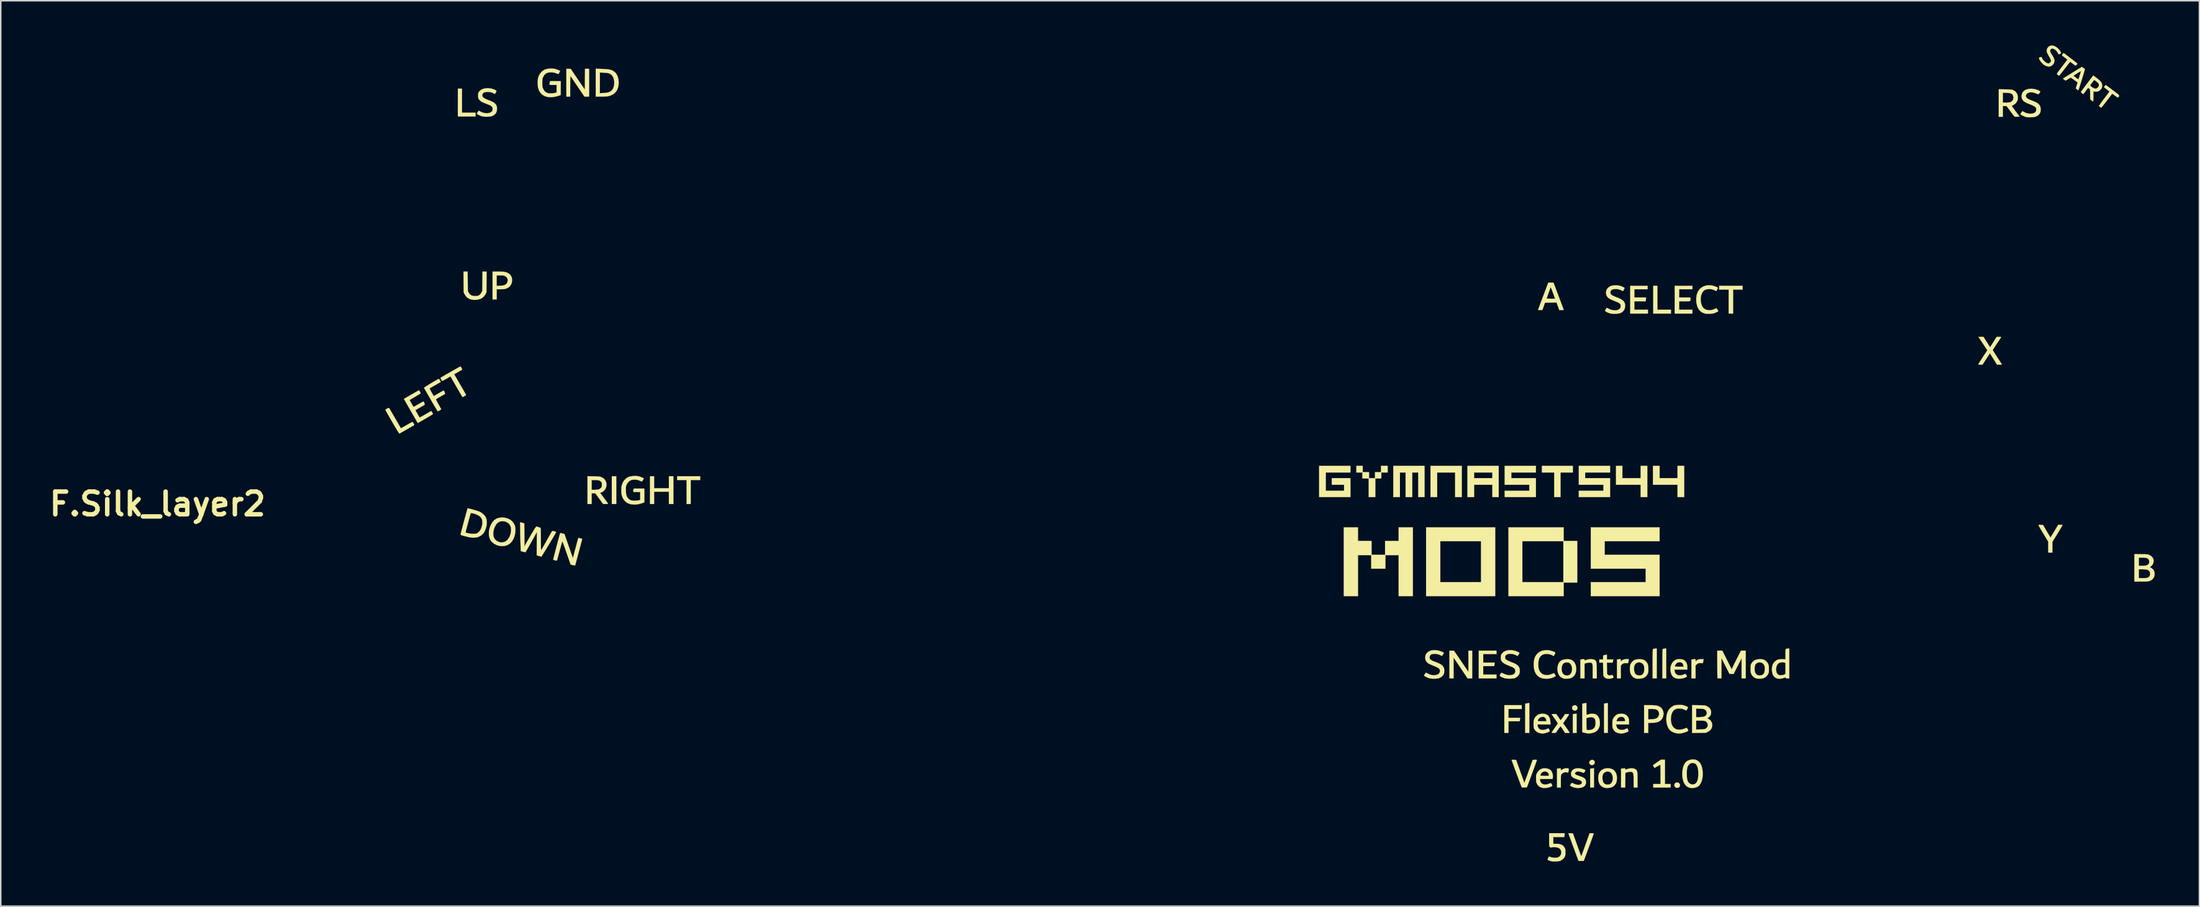
<source format=kicad_pcb>
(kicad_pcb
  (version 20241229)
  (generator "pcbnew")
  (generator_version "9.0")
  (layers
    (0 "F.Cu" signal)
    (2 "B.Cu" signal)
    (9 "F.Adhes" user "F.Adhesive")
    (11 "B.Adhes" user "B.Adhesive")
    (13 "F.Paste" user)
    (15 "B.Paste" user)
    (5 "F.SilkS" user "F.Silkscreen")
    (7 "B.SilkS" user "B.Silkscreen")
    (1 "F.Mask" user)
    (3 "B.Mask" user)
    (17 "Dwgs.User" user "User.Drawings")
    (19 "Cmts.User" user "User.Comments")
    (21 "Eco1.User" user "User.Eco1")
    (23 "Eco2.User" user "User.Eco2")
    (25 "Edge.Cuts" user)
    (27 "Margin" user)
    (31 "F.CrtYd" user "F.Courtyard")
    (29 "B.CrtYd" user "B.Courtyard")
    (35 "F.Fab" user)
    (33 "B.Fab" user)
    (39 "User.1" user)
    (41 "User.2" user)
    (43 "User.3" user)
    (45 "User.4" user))
  (footprint "F.Silk_layer2"
    (layer "F.Cu")
    (at 7.518 30.781)
    (property "Reference" "F.Silk_layer2" (at 0 0 0) (layer "F.SilkS") (effects (font (size 1.524 1.524) (thickness 0.3))))
    (attr through_hole)
    (fp_poly (pts (xy 30.776 0) (xy 30.48 0) (xy 30.48 -1.863) (xy 30.776 -1.863) (xy 30.776 0)) (stroke (width 0.01) (type solid)) (fill yes) (layer "F.SilkS"))
    (fp_poly (pts (xy 20.426 -26.268) (xy 21.336 -26.268) (xy 21.336 -26.014) (xy 20.151 -26.014) (xy 20.151 -27.877) (xy 20.426 -27.877) (xy 20.426 -26.268)) (stroke (width 0.01) (type solid)) (fill yes) (layer "F.SilkS"))
    (fp_poly (pts (xy 100.626 -13.039) (xy 101.537 -13.039) (xy 101.537 -12.785) (xy 100.351 -12.785) (xy 100.351 -14.647) (xy 100.626 -14.647) (xy 100.626 -13.039)) (stroke (width 0.01) (type solid)) (fill yes) (layer "F.SilkS"))
    (fp_poly (pts (xy 96.372 19.029) (xy 96.118 19.029) (xy 96.118 17.759) (xy 96.179 17.759) (xy 96.246 17.754) (xy 96.306 17.746) (xy 96.372 17.732) (xy 96.372 19.029)) (stroke (width 0.01) (type solid)) (fill yes) (layer "F.SilkS"))
    (fp_poly (pts (xy 36.407 -1.609) (xy 35.772 -1.609) (xy 35.772 0) (xy 35.496 0) (xy 35.496 -1.609) (xy 34.861 -1.609) (xy 34.861 -1.863) (xy 36.407 -1.863) (xy 36.407 -1.609)) (stroke (width 0.01) (type solid)) (fill yes) (layer "F.SilkS"))
    (fp_poly (pts (xy 87.503 -0.466) (xy 87.058 -0.466) (xy 87.058 -2.117) (xy 85.852 -2.117) (xy 85.852 -0.466) (xy 85.407 -0.466) (xy 85.407 -2.561) (xy 87.503 -2.561) (xy 87.503 -0.466)) (stroke (width 0.01) (type solid)) (fill yes) (layer "F.SilkS"))
    (fp_poly (pts (xy 92.033 15.367) (xy 91.757 15.367) (xy 91.757 13.4) (xy 91.837 13.388) (xy 91.907 13.377) (xy 91.971 13.367) (xy 91.974 13.366) (xy 92.033 13.357) (xy 92.033 15.367)) (stroke (width 0.01) (type solid)) (fill yes) (layer "F.SilkS"))
    (fp_poly (pts (xy 94.954 -2.117) (xy 94.128 -2.117) (xy 94.128 -0.466) (xy 93.705 -0.466) (xy 93.705 -2.117) (xy 92.879 -2.117) (xy 92.879 -2.561) (xy 94.954 -2.561) (xy 94.954 -2.117)) (stroke (width 0.01) (type solid)) (fill yes) (layer "F.SilkS"))
    (fp_poly (pts (xy 95.208 15.367) (xy 94.954 15.367) (xy 94.954 14.097) (xy 95.001 14.097) (xy 95.055 14.093) (xy 95.121 14.085) (xy 95.128 14.083) (xy 95.208 14.07) (xy 95.208 15.367)) (stroke (width 0.01) (type solid)) (fill yes) (layer "F.SilkS"))
    (fp_poly (pts (xy 97.303 15.367) (xy 97.049 15.367) (xy 97.049 13.399) (xy 97.097 13.389) (xy 97.151 13.381) (xy 97.218 13.373) (xy 97.224 13.372) (xy 97.303 13.365) (xy 97.303 15.367)) (stroke (width 0.01) (type solid)) (fill yes) (layer "F.SilkS"))
    (fp_poly (pts (xy 106.341 -14.393) (xy 105.706 -14.393) (xy 105.706 -12.785) (xy 105.41 -12.785) (xy 105.41 -14.393) (xy 104.775 -14.393) (xy 104.775 -14.647) (xy 106.341 -14.647) (xy 106.341 -14.393)) (stroke (width 0.01) (type solid)) (fill yes) (layer "F.SilkS"))
    (fp_poly (pts (xy 98.277 -1.736) (xy 99.504 -1.736) (xy 99.504 -2.561) (xy 99.949 -2.561) (xy 99.949 -0.466) (xy 99.504 -0.466) (xy 99.504 -1.291) (xy 97.853 -1.291) (xy 97.853 -2.561) (xy 98.277 -2.561) (xy 98.277 -1.736)) (stroke (width 0.01) (type solid)) (fill yes) (layer "F.SilkS"))
    (fp_poly (pts (xy 100.775 -1.736) (xy 101.981 -1.736) (xy 101.981 -2.561) (xy 102.425 -2.561) (xy 102.425 -0.466) (xy 101.981 -0.466) (xy 101.981 -1.291) (xy 100.33 -1.291) (xy 100.33 -2.561) (xy 100.775 -2.561) (xy 100.775 -1.736)) (stroke (width 0.01) (type solid)) (fill yes) (layer "F.SilkS"))
    (fp_poly (pts (xy 89.747 6.181) (xy 85.111 6.181) (xy 85.111 2.498) (xy 86.064 2.498) (xy 86.064 5.249) (xy 88.794 5.249) (xy 88.794 2.498) (xy 86.064 2.498) (xy 85.111 2.498) (xy 85.111 1.566) (xy 89.747 1.566) (xy 89.747 6.181)) (stroke (width 0.01) (type solid)) (fill yes) (layer "F.SilkS"))
    (fp_poly (pts (xy 33.316 -1.058) (xy 34.311 -1.058) (xy 34.311 -1.863) (xy 34.608 -1.863) (xy 34.608 0) (xy 34.311 0) (xy 34.311 -0.826) (xy 33.316 -0.826) (xy 33.316 0) (xy 33.041 0) (xy 33.041 -1.863) (xy 33.316 -1.863) (xy 33.316 -1.058)) (stroke (width 0.01) (type solid)) (fill yes) (layer "F.SilkS"))
    (fp_poly (pts (xy 80.031 -2.117) (xy 78.38 -2.117) (xy 78.38 -0.889) (xy 79.608 -0.889) (xy 79.608 -1.291) (xy 78.782 -1.291) (xy 78.782 -1.736) (xy 80.031 -1.736) (xy 80.031 -0.466) (xy 77.936 -0.466) (xy 77.936 -2.561) (xy 80.031 -2.561) (xy 80.031 -2.117)) (stroke (width 0.01) (type solid)) (fill yes) (layer "F.SilkS"))
    (fp_poly (pts (xy 85.005 -0.466) (xy 84.582 -0.466) (xy 84.582 -2.117) (xy 84.18 -2.117) (xy 84.18 -0.466) (xy 83.735 -0.466) (xy 83.735 -2.117) (xy 83.354 -2.117) (xy 83.354 -0.466) (xy 82.91 -0.466) (xy 82.91 -2.561) (xy 85.005 -2.561) (xy 85.005 -0.466)) (stroke (width 0.01) (type solid)) (fill yes) (layer "F.SilkS"))
    (fp_poly (pts (xy 92.477 -2.117) (xy 90.826 -2.117) (xy 90.826 -1.736) (xy 92.477 -1.736) (xy 92.477 -0.466) (xy 90.382 -0.466) (xy 90.382 -0.889) (xy 92.033 -0.889) (xy 92.033 -1.291) (xy 90.382 -1.291) (xy 90.382 -2.561) (xy 92.477 -2.561) (xy 92.477 -2.117)) (stroke (width 0.01) (type solid)) (fill yes) (layer "F.SilkS"))
    (fp_poly (pts (xy 97.451 -2.117) (xy 95.779 -2.117) (xy 95.779 -1.736) (xy 97.451 -1.736) (xy 97.451 -0.466) (xy 95.356 -0.466) (xy 95.356 -0.889) (xy 97.007 -0.889) (xy 97.007 -1.291) (xy 95.356 -1.291) (xy 95.356 -2.561) (xy 97.451 -2.561) (xy 97.451 -2.117)) (stroke (width 0.01) (type solid)) (fill yes) (layer "F.SilkS"))
    (fp_poly (pts (xy 100.775 2.498) (xy 97.091 2.498) (xy 97.091 3.408) (xy 100.775 3.408) (xy 100.775 6.181) (xy 96.16 6.181) (xy 96.16 5.249) (xy 99.843 5.249) (xy 99.843 4.339) (xy 96.16 4.339) (xy 96.16 1.566) (xy 100.775 1.566) (xy 100.775 2.498)) (stroke (width 0.01) (type solid)) (fill yes) (layer "F.SilkS"))
    (fp_poly (pts (xy 91.525 13.758) (xy 90.636 13.758) (xy 90.636 14.351) (xy 91.424 14.351) (xy 91.411 14.417) (xy 91.401 14.482) (xy 91.398 14.534) (xy 91.398 14.584) (xy 90.636 14.584) (xy 90.636 15.367) (xy 90.361 15.367) (xy 90.361 13.504) (xy 91.525 13.504) (xy 91.525 13.758)) (stroke (width 0.01) (type solid)) (fill yes) (layer "F.SilkS"))
    (fp_poly (pts (xy 89.831 10.075) (xy 88.942 10.075) (xy 88.942 10.647) (xy 89.704 10.647) (xy 89.704 10.697) (xy 89.7 10.755) (xy 89.691 10.814) (xy 89.678 10.88) (xy 88.942 10.88) (xy 88.942 11.451) (xy 89.831 11.451) (xy 89.831 11.705) (xy 88.646 11.705) (xy 88.646 9.842) (xy 89.831 9.842) (xy 89.831 10.075)) (stroke (width 0.01) (type solid)) (fill yes) (layer "F.SilkS"))
    (fp_poly (pts (xy 89.98 -0.466) (xy 89.556 -0.466) (xy 89.556 -1.291) (xy 88.329 -1.291) (xy 88.329 -0.466) (xy 87.884 -0.466) (xy 87.884 -2.117) (xy 88.329 -2.117) (xy 88.329 -1.736) (xy 89.556 -1.736) (xy 89.556 -2.117) (xy 88.329 -2.117) (xy 87.884 -2.117) (xy 87.884 -2.561) (xy 89.98 -2.561) (xy 89.98 -0.466)) (stroke (width 0.01) (type solid)) (fill yes) (layer "F.SilkS"))
    (fp_poly (pts (xy 94.34 2.477) (xy 95.25 2.477) (xy 95.25 5.271) (xy 94.34 5.271) (xy 94.34 6.181) (xy 90.636 6.181) (xy 90.636 2.498) (xy 91.567 2.498) (xy 91.567 5.249) (xy 94.319 5.249) (xy 94.319 2.498) (xy 91.567 2.498) (xy 90.636 2.498) (xy 90.636 1.566) (xy 94.34 1.566) (xy 94.34 2.477)) (stroke (width 0.01) (type solid)) (fill yes) (layer "F.SilkS"))
    (fp_poly (pts (xy 96.322 17.187) (xy 96.377 17.227) (xy 96.414 17.284) (xy 96.426 17.351) (xy 96.408 17.422) (xy 96.372 17.473) (xy 96.304 17.517) (xy 96.225 17.527) (xy 96.147 17.504) (xy 96.106 17.474) (xy 96.062 17.404) (xy 96.057 17.329) (xy 96.094 17.254) (xy 96.116 17.228) (xy 96.185 17.181) (xy 96.256 17.17) (xy 96.322 17.187)) (stroke (width 0.01) (type solid)) (fill yes) (layer "F.SilkS"))
    (fp_poly (pts (xy 99.97 -14.415) (xy 99.081 -14.415) (xy 99.081 -13.864) (xy 99.864 -13.864) (xy 99.864 -13.817) (xy 99.86 -13.763) (xy 99.852 -13.697) (xy 99.851 -13.69) (xy 99.838 -13.61) (xy 99.081 -13.61) (xy 99.081 -13.039) (xy 99.991 -13.039) (xy 99.991 -12.785) (xy 98.806 -12.785) (xy 98.806 -14.647) (xy 99.97 -14.647) (xy 99.97 -14.415)) (stroke (width 0.01) (type solid)) (fill yes) (layer "F.SilkS"))
    (fp_poly (pts (xy 100.584 11.705) (xy 100.309 11.705) (xy 100.309 10.72) (xy 100.309 10.48) (xy 100.31 10.279) (xy 100.311 10.115) (xy 100.313 9.984) (xy 100.316 9.883) (xy 100.32 9.81) (xy 100.324 9.762) (xy 100.33 9.735) (xy 100.335 9.727) (xy 100.37 9.721) (xy 100.431 9.712) (xy 100.473 9.708) (xy 100.584 9.696) (xy 100.584 11.705)) (stroke (width 0.01) (type solid)) (fill yes) (layer "F.SilkS"))
    (fp_poly (pts (xy 101.219 11.705) (xy 100.965 11.705) (xy 100.965 10.72) (xy 100.965 10.48) (xy 100.966 10.279) (xy 100.967 10.115) (xy 100.969 9.984) (xy 100.972 9.883) (xy 100.976 9.81) (xy 100.98 9.762) (xy 100.986 9.735) (xy 100.991 9.727) (xy 101.027 9.72) (xy 101.087 9.711) (xy 101.118 9.707) (xy 101.219 9.695) (xy 101.219 11.705)) (stroke (width 0.01) (type solid)) (fill yes) (layer "F.SilkS"))
    (fp_poly (pts (xy 95.153 13.516) (xy 95.205 13.557) (xy 95.216 13.569) (xy 95.26 13.638) (xy 95.267 13.704) (xy 95.24 13.778) (xy 95.189 13.837) (xy 95.119 13.865) (xy 95.042 13.863) (xy 94.971 13.827) (xy 94.953 13.811) (xy 94.911 13.74) (xy 94.904 13.664) (xy 94.928 13.594) (xy 94.98 13.538) (xy 95.054 13.508) (xy 95.091 13.504) (xy 95.153 13.516)) (stroke (width 0.01) (type solid)) (fill yes) (layer "F.SilkS"))
    (fp_poly (pts (xy 102.064 18.725) (xy 102.096 18.755) (xy 102.14 18.824) (xy 102.146 18.89) (xy 102.119 18.964) (xy 102.085 19.014) (xy 102.039 19.04) (xy 101.968 19.05) (xy 101.941 19.05) (xy 101.863 19.036) (xy 101.815 19.001) (xy 101.777 18.934) (xy 101.767 18.855) (xy 101.787 18.782) (xy 101.825 18.734) (xy 101.905 18.694) (xy 101.988 18.692) (xy 102.064 18.725)) (stroke (width 0.01) (type solid)) (fill yes) (layer "F.SilkS"))
    (fp_poly (pts (xy 86.98 9.853) (xy 87.948 11.267) (xy 87.948 9.842) (xy 88.201 9.842) (xy 88.201 11.705) (xy 88.048 11.705) (xy 87.895 11.704) (xy 87.701 11.414) (xy 87.628 11.305) (xy 87.539 11.172) (xy 87.44 11.025) (xy 87.34 10.876) (xy 87.244 10.734) (xy 87.23 10.714) (xy 86.953 10.305) (xy 86.953 11.705) (xy 86.677 11.705) (xy 86.677 9.841) (xy 86.98 9.853)) (stroke (width 0.01) (type solid)) (fill yes) (layer "F.SilkS"))
    (fp_poly (pts (xy 80.539 2.477) (xy 81.449 2.477) (xy 81.449 3.408) (xy 82.359 3.408) (xy 82.359 2.477) (xy 83.27 2.477) (xy 83.27 1.566) (xy 84.222 1.566) (xy 84.222 6.181) (xy 83.27 6.181) (xy 83.27 3.429) (xy 82.381 3.429) (xy 82.381 4.339) (xy 81.428 4.339) (xy 81.428 3.429) (xy 80.539 3.429) (xy 80.539 6.181) (xy 79.587 6.181) (xy 79.587 1.566) (xy 80.539 1.566) (xy 80.539 2.477)) (stroke (width 0.01) (type solid)) (fill yes) (layer "F.SilkS"))
    (fp_poly (pts (xy 80.857 -2.138) (xy 81.28 -2.138) (xy 81.28 -1.736) (xy 81.682 -1.736) (xy 81.682 -2.138) (xy 82.084 -2.138) (xy 82.084 -2.561) (xy 82.529 -2.561) (xy 82.529 -2.117) (xy 82.106 -2.117) (xy 82.106 -1.714) (xy 81.703 -1.714) (xy 81.703 -0.466) (xy 81.259 -0.466) (xy 81.259 -1.714) (xy 80.835 -1.714) (xy 80.835 -2.117) (xy 80.433 -2.117) (xy 80.433 -2.561) (xy 80.857 -2.561) (xy 80.857 -2.138)) (stroke (width 0.01) (type solid)) (fill yes) (layer "F.SilkS"))
    (fp_poly (pts (xy 102.976 -14.415) (xy 102.087 -14.415) (xy 102.087 -13.864) (xy 102.849 -13.864) (xy 102.849 -13.785) (xy 102.848 -13.724) (xy 102.845 -13.679) (xy 102.832 -13.647) (xy 102.804 -13.627) (xy 102.756 -13.616) (xy 102.682 -13.611) (xy 102.576 -13.61) (xy 102.455 -13.61) (xy 102.087 -13.61) (xy 102.087 -13.039) (xy 102.976 -13.039) (xy 102.976 -12.785) (xy 101.79 -12.785) (xy 101.79 -14.647) (xy 102.976 -14.647) (xy 102.976 -14.415)) (stroke (width 0.01) (type solid)) (fill yes) (layer "F.SilkS"))
    (fp_poly (pts (xy 28.956 -27.347) (xy 28.642 -27.347) (xy 28.191 -28.016) (xy 28.088 -28.167) (xy 27.993 -28.308) (xy 27.907 -28.435) (xy 27.834 -28.543) (xy 27.775 -28.629) (xy 27.734 -28.689) (xy 27.714 -28.718) (xy 27.713 -28.72) (xy 27.706 -28.722) (xy 27.7 -28.704) (xy 27.695 -28.662) (xy 27.692 -28.594) (xy 27.69 -28.496) (xy 27.688 -28.365) (xy 27.687 -28.197) (xy 27.687 -28.051) (xy 27.686 -27.347) (xy 27.432 -27.347) (xy 27.432 -29.21) (xy 27.718 -29.209) (xy 28.67 -27.811) (xy 28.681 -29.21) (xy 28.956 -29.21) (xy 28.956 -27.347)) (stroke (width 0.01) (type solid)) (fill yes) (layer "F.SilkS"))
    (fp_poly (pts (xy 98.692 10.533) (xy 98.682 10.602) (xy 98.673 10.653) (xy 98.667 10.67) (xy 98.642 10.678) (xy 98.587 10.679) (xy 98.534 10.676) (xy 98.419 10.676) (xy 98.326 10.707) (xy 98.241 10.773) (xy 98.225 10.79) (xy 98.171 10.847) (xy 98.171 11.705) (xy 97.917 11.705) (xy 97.917 10.44) (xy 97.983 10.427) (xy 98.053 10.417) (xy 98.11 10.414) (xy 98.15 10.418) (xy 98.167 10.439) (xy 98.171 10.488) (xy 98.171 10.492) (xy 98.171 10.57) (xy 98.219 10.526) (xy 98.302 10.465) (xy 98.396 10.429) (xy 98.512 10.415) (xy 98.554 10.414) (xy 98.706 10.414) (xy 98.692 10.533)) (stroke (width 0.01) (type solid)) (fill yes) (layer "F.SilkS"))
    (fp_poly (pts (xy 103.707 10.533) (xy 103.697 10.603) (xy 103.687 10.655) (xy 103.681 10.674) (xy 103.656 10.682) (xy 103.604 10.68) (xy 103.577 10.677) (xy 103.454 10.672) (xy 103.354 10.698) (xy 103.268 10.759) (xy 103.261 10.765) (xy 103.188 10.839) (xy 103.188 11.705) (xy 102.912 11.705) (xy 102.912 10.441) (xy 102.992 10.428) (xy 103.062 10.419) (xy 103.126 10.414) (xy 103.129 10.414) (xy 103.168 10.419) (xy 103.184 10.441) (xy 103.188 10.489) (xy 103.188 10.564) (xy 103.274 10.494) (xy 103.321 10.46) (xy 103.362 10.438) (xy 103.413 10.426) (xy 103.486 10.42) (xy 103.542 10.417) (xy 103.722 10.409) (xy 103.707 10.533)) (stroke (width 0.01) (type solid)) (fill yes) (layer "F.SilkS"))
    (fp_poly (pts (xy 105.298 10.474) (xy 105.616 11.105) (xy 105.642 11.029) (xy 105.659 10.991) (xy 105.692 10.921) (xy 105.739 10.825) (xy 105.797 10.707) (xy 105.864 10.574) (xy 105.937 10.431) (xy 105.953 10.398) (xy 106.238 9.842) (xy 106.553 9.842) (xy 106.553 11.705) (xy 106.278 11.705) (xy 106.278 10.352) (xy 105.738 11.41) (xy 105.463 11.398) (xy 105.194 10.869) (xy 104.925 10.34) (xy 104.923 11.705) (xy 104.8 11.705) (xy 104.731 11.703) (xy 104.68 11.697) (xy 104.662 11.691) (xy 104.659 11.668) (xy 104.656 11.606) (xy 104.654 11.511) (xy 104.652 11.387) (xy 104.65 11.238) (xy 104.649 11.069) (xy 104.648 10.884) (xy 104.648 10.76) (xy 104.648 9.842) (xy 104.98 9.842) (xy 105.298 10.474)) (stroke (width 0.01) (type solid)) (fill yes) (layer "F.SilkS"))
    (fp_poly (pts (xy 101.134 18.796) (xy 101.515 18.796) (xy 101.515 19.029) (xy 100.351 19.029) (xy 100.351 18.796) (xy 100.838 18.796) (xy 100.838 18.15) (xy 100.838 17.99) (xy 100.836 17.844) (xy 100.834 17.718) (xy 100.832 17.616) (xy 100.829 17.545) (xy 100.826 17.508) (xy 100.824 17.505) (xy 100.8 17.515) (xy 100.75 17.54) (xy 100.684 17.575) (xy 100.612 17.615) (xy 100.544 17.654) (xy 100.491 17.686) (xy 100.485 17.69) (xy 100.455 17.705) (xy 100.431 17.698) (xy 100.402 17.664) (xy 100.385 17.639) (xy 100.352 17.588) (xy 100.332 17.551) (xy 100.33 17.543) (xy 100.347 17.527) (xy 100.392 17.491) (xy 100.461 17.44) (xy 100.546 17.38) (xy 100.593 17.347) (xy 100.855 17.166) (xy 101.134 17.166) (xy 101.134 18.796)) (stroke (width 0.01) (type solid)) (fill yes) (layer "F.SilkS"))
    (fp_poly (pts (xy 20.811 -14.949) (xy 20.817 -14.298) (xy 20.88 -14.185) (xy 20.947 -14.087) (xy 21.027 -14.019) (xy 21.126 -13.979) (xy 21.253 -13.961) (xy 21.316 -13.959) (xy 21.409 -13.961) (xy 21.472 -13.967) (xy 21.521 -13.981) (xy 21.567 -14.005) (xy 21.588 -14.019) (xy 21.663 -14.084) (xy 21.722 -14.172) (xy 21.735 -14.199) (xy 21.791 -14.319) (xy 21.798 -14.96) (xy 21.804 -15.6) (xy 22.079 -15.6) (xy 22.066 -14.213) (xy 22.008 -14.094) (xy 21.916 -13.953) (xy 21.797 -13.843) (xy 21.649 -13.765) (xy 21.474 -13.718) (xy 21.348 -13.705) (xy 21.253 -13.703) (xy 21.162 -13.707) (xy 21.093 -13.715) (xy 21.088 -13.716) (xy 20.92 -13.77) (xy 20.781 -13.856) (xy 20.669 -13.974) (xy 20.598 -14.095) (xy 20.542 -14.213) (xy 20.53 -15.6) (xy 20.804 -15.6) (xy 20.811 -14.949)) (stroke (width 0.01) (type solid)) (fill yes) (layer "F.SilkS"))
    (fp_poly (pts (xy 94.609 17.74) (xy 94.66 17.752) (xy 94.682 17.78) (xy 94.683 17.834) (xy 94.673 17.903) (xy 94.658 17.977) (xy 94.643 18.016) (xy 94.626 18.026) (xy 94.621 18.024) (xy 94.508 18.001) (xy 94.395 18.01) (xy 94.291 18.05) (xy 94.209 18.118) (xy 94.195 18.135) (xy 94.179 18.16) (xy 94.168 18.187) (xy 94.159 18.223) (xy 94.154 18.274) (xy 94.151 18.348) (xy 94.15 18.449) (xy 94.149 18.586) (xy 94.149 18.614) (xy 94.149 19.029) (xy 93.895 19.029) (xy 93.895 17.759) (xy 93.956 17.759) (xy 94.024 17.754) (xy 94.083 17.746) (xy 94.126 17.74) (xy 94.145 17.752) (xy 94.149 17.793) (xy 94.149 17.812) (xy 94.151 17.863) (xy 94.16 17.878) (xy 94.181 17.865) (xy 94.186 17.86) (xy 94.295 17.79) (xy 94.424 17.748) (xy 94.524 17.738) (xy 94.609 17.74)) (stroke (width 0.01) (type solid)) (fill yes) (layer "F.SilkS"))
    (fp_poly (pts (xy 127.744 1.4) (xy 127.793 1.41) (xy 127.804 1.42) (xy 127.794 1.443) (xy 127.763 1.498) (xy 127.716 1.579) (xy 127.654 1.682) (xy 127.581 1.803) (xy 127.499 1.937) (xy 127.466 1.992) (xy 127.127 2.54) (xy 127.127 3.26) (xy 126.852 3.26) (xy 126.852 2.53) (xy 126.524 1.988) (xy 126.441 1.85) (xy 126.366 1.724) (xy 126.302 1.614) (xy 126.25 1.524) (xy 126.214 1.459) (xy 126.197 1.424) (xy 126.196 1.42) (xy 126.212 1.406) (xy 126.264 1.4) (xy 126.349 1.401) (xy 126.502 1.408) (xy 126.745 1.826) (xy 126.815 1.945) (xy 126.879 2.051) (xy 126.932 2.139) (xy 126.972 2.203) (xy 126.995 2.238) (xy 127 2.244) (xy 127.014 2.226) (xy 127.045 2.178) (xy 127.093 2.103) (xy 127.152 2.006) (xy 127.22 1.894) (xy 127.265 1.82) (xy 127.518 1.397) (xy 127.661 1.397) (xy 127.744 1.4)) (stroke (width 0.01) (type solid)) (fill yes) (layer "F.SilkS"))
    (fp_poly (pts (xy 99.044 17.755) (xy 99.119 17.78) (xy 99.19 17.823) (xy 99.238 17.885) (xy 99.251 17.912) (xy 99.264 17.944) (xy 99.274 17.98) (xy 99.281 18.025) (xy 99.286 18.086) (xy 99.29 18.168) (xy 99.291 18.277) (xy 99.292 18.42) (xy 99.292 18.516) (xy 99.293 19.029) (xy 99.039 19.029) (xy 99.038 18.621) (xy 99.037 18.435) (xy 99.032 18.287) (xy 99.021 18.174) (xy 99.004 18.09) (xy 98.978 18.032) (xy 98.942 17.996) (xy 98.894 17.978) (xy 98.832 17.973) (xy 98.774 17.977) (xy 98.688 17.988) (xy 98.603 18.005) (xy 98.563 18.016) (xy 98.478 18.045) (xy 98.467 19.029) (xy 98.192 19.029) (xy 98.192 17.759) (xy 98.25 17.759) (xy 98.312 17.755) (xy 98.383 17.746) (xy 98.388 17.745) (xy 98.44 17.739) (xy 98.462 17.748) (xy 98.467 17.778) (xy 98.467 17.786) (xy 98.467 17.839) (xy 98.61 17.789) (xy 98.761 17.75) (xy 98.91 17.738) (xy 99.044 17.755)) (stroke (width 0.01) (type solid)) (fill yes) (layer "F.SilkS"))
    (fp_poly (pts (xy 95.698 10.416) (xy 95.729 10.431) (xy 95.737 10.456) (xy 95.739 10.482) (xy 95.749 10.494) (xy 95.778 10.492) (xy 95.832 10.475) (xy 95.885 10.456) (xy 95.995 10.429) (xy 96.115 10.415) (xy 96.233 10.416) (xy 96.336 10.432) (xy 96.393 10.453) (xy 96.438 10.479) (xy 96.474 10.508) (xy 96.501 10.543) (xy 96.522 10.59) (xy 96.536 10.654) (xy 96.546 10.741) (xy 96.552 10.855) (xy 96.556 11.002) (xy 96.558 11.171) (xy 96.565 11.705) (xy 96.287 11.705) (xy 96.287 11.232) (xy 96.287 11.078) (xy 96.286 10.96) (xy 96.284 10.873) (xy 96.28 10.811) (xy 96.274 10.768) (xy 96.265 10.739) (xy 96.254 10.717) (xy 96.243 10.703) (xy 96.212 10.67) (xy 96.175 10.653) (xy 96.117 10.647) (xy 96.078 10.647) (xy 95.985 10.653) (xy 95.887 10.669) (xy 95.847 10.679) (xy 95.737 10.712) (xy 95.737 11.705) (xy 95.462 11.705) (xy 95.462 10.441) (xy 95.541 10.428) (xy 95.637 10.415) (xy 95.698 10.416)) (stroke (width 0.01) (type solid)) (fill yes) (layer "F.SilkS"))
    (fp_poly (pts (xy 100.274 13.506) (xy 100.418 13.513) (xy 100.535 13.526) (xy 100.631 13.545) (xy 100.712 13.573) (xy 100.787 13.61) (xy 100.801 13.619) (xy 100.903 13.703) (xy 100.977 13.813) (xy 101.023 13.943) (xy 101.039 14.083) (xy 101.021 14.225) (xy 100.988 14.32) (xy 100.919 14.442) (xy 100.83 14.538) (xy 100.717 14.608) (xy 100.576 14.656) (xy 100.405 14.682) (xy 100.223 14.69) (xy 100.013 14.69) (xy 100.013 15.367) (xy 99.737 15.367) (xy 99.737 13.758) (xy 100.013 13.758) (xy 100.013 14.463) (xy 100.24 14.449) (xy 100.361 14.44) (xy 100.451 14.426) (xy 100.52 14.406) (xy 100.562 14.388) (xy 100.656 14.321) (xy 100.716 14.232) (xy 100.74 14.118) (xy 100.741 14.087) (xy 100.724 13.969) (xy 100.673 13.876) (xy 100.588 13.808) (xy 100.572 13.8) (xy 100.524 13.781) (xy 100.468 13.768) (xy 100.394 13.761) (xy 100.292 13.758) (xy 100.249 13.758) (xy 100.013 13.758) (xy 99.737 13.758) (xy 99.737 13.504) (xy 100.094 13.504) (xy 100.274 13.506)) (stroke (width 0.01) (type solid)) (fill yes) (layer "F.SilkS"))
    (fp_poly (pts (xy 22.95 -15.598) (xy 23.075 -15.594) (xy 23.185 -15.588) (xy 23.269 -15.581) (xy 23.296 -15.577) (xy 23.454 -15.532) (xy 23.584 -15.458) (xy 23.685 -15.359) (xy 23.753 -15.237) (xy 23.785 -15.096) (xy 23.782 -14.928) (xy 23.743 -14.779) (xy 23.669 -14.651) (xy 23.562 -14.548) (xy 23.425 -14.472) (xy 23.344 -14.445) (xy 23.267 -14.431) (xy 23.162 -14.421) (xy 23.042 -14.415) (xy 22.992 -14.415) (xy 22.754 -14.415) (xy 22.754 -13.737) (xy 22.479 -13.737) (xy 22.479 -15.346) (xy 22.754 -15.346) (xy 22.754 -14.642) (xy 22.983 -14.651) (xy 23.099 -14.658) (xy 23.185 -14.668) (xy 23.251 -14.685) (xy 23.31 -14.708) (xy 23.312 -14.709) (xy 23.401 -14.773) (xy 23.462 -14.858) (xy 23.493 -14.956) (xy 23.495 -15.057) (xy 23.466 -15.155) (xy 23.408 -15.239) (xy 23.326 -15.298) (xy 23.278 -15.32) (xy 23.228 -15.334) (xy 23.165 -15.342) (xy 23.08 -15.345) (xy 22.993 -15.346) (xy 22.754 -15.346) (xy 22.479 -15.346) (xy 22.479 -15.6) (xy 22.821 -15.6) (xy 22.95 -15.598)) (stroke (width 0.01) (type solid)) (fill yes) (layer "F.SilkS"))
    (fp_poly (pts (xy 29.808 -29.204) (xy 30.014 -29.195) (xy 30.184 -29.181) (xy 30.324 -29.16) (xy 30.439 -29.129) (xy 30.536 -29.088) (xy 30.622 -29.035) (xy 30.7 -28.967) (xy 30.725 -28.943) (xy 30.81 -28.828) (xy 30.876 -28.682) (xy 30.92 -28.515) (xy 30.94 -28.334) (xy 30.933 -28.148) (xy 30.928 -28.109) (xy 30.883 -27.913) (xy 30.806 -27.746) (xy 30.698 -27.607) (xy 30.559 -27.497) (xy 30.388 -27.416) (xy 30.263 -27.379) (xy 30.169 -27.364) (xy 30.038 -27.354) (xy 29.868 -27.348) (xy 29.766 -27.348) (xy 29.401 -27.347) (xy 29.401 -27.574) (xy 29.676 -27.574) (xy 29.914 -27.586) (xy 30.03 -27.595) (xy 30.138 -27.608) (xy 30.225 -27.624) (xy 30.258 -27.633) (xy 30.391 -27.695) (xy 30.494 -27.781) (xy 30.569 -27.896) (xy 30.619 -28.042) (xy 30.632 -28.104) (xy 30.647 -28.277) (xy 30.633 -28.443) (xy 30.593 -28.595) (xy 30.528 -28.723) (xy 30.472 -28.792) (xy 30.404 -28.85) (xy 30.331 -28.892) (xy 30.242 -28.922) (xy 30.13 -28.94) (xy 29.987 -28.95) (xy 29.946 -28.952) (xy 29.676 -28.961) (xy 29.676 -27.574) (xy 29.401 -27.574) (xy 29.401 -29.216) (xy 29.808 -29.204)) (stroke (width 0.01) (type solid)) (fill yes) (layer "F.SilkS"))
    (fp_poly (pts (xy 97.24 10.435) (xy 97.668 10.435) (xy 97.655 10.501) (xy 97.645 10.562) (xy 97.642 10.607) (xy 97.638 10.626) (xy 97.622 10.637) (xy 97.585 10.644) (xy 97.521 10.646) (xy 97.439 10.647) (xy 97.237 10.647) (xy 97.244 11.03) (xy 97.25 11.413) (xy 97.312 11.466) (xy 97.358 11.496) (xy 97.409 11.509) (xy 97.476 11.503) (xy 97.571 11.481) (xy 97.573 11.48) (xy 97.607 11.478) (xy 97.632 11.502) (xy 97.652 11.543) (xy 97.676 11.606) (xy 97.678 11.644) (xy 97.653 11.668) (xy 97.599 11.692) (xy 97.512 11.715) (xy 97.407 11.725) (xy 97.299 11.722) (xy 97.205 11.707) (xy 97.16 11.691) (xy 97.098 11.649) (xy 97.045 11.594) (xy 97.043 11.591) (xy 97.027 11.567) (xy 97.015 11.54) (xy 97.007 11.504) (xy 97.001 11.453) (xy 96.996 11.381) (xy 96.993 11.282) (xy 96.991 11.149) (xy 96.99 11.086) (xy 96.983 10.647) (xy 96.732 10.647) (xy 96.732 10.435) (xy 96.986 10.435) (xy 96.986 10.299) (xy 96.987 10.226) (xy 96.995 10.182) (xy 97.019 10.156) (xy 97.068 10.141) (xy 97.15 10.128) (xy 97.24 10.114) (xy 97.24 10.435)) (stroke (width 0.01) (type solid)) (fill yes) (layer "F.SilkS"))
    (fp_poly (pts (xy 92.524 17.175) (xy 92.54 17.189) (xy 92.541 17.193) (xy 92.533 17.218) (xy 92.513 17.279) (xy 92.48 17.371) (xy 92.438 17.49) (xy 92.386 17.633) (xy 92.327 17.794) (xy 92.261 17.971) (xy 92.206 18.12) (xy 91.872 19.018) (xy 91.701 19.024) (xy 91.614 19.026) (xy 91.561 19.023) (xy 91.531 19.014) (xy 91.517 18.997) (xy 91.515 18.993) (xy 91.493 18.936) (xy 91.461 18.849) (xy 91.419 18.737) (xy 91.37 18.604) (xy 91.315 18.456) (xy 91.256 18.298) (xy 91.196 18.133) (xy 91.135 17.968) (xy 91.075 17.806) (xy 91.019 17.653) (xy 90.968 17.513) (xy 90.923 17.392) (xy 90.888 17.293) (xy 90.862 17.223) (xy 90.849 17.184) (xy 90.847 17.179) (xy 90.867 17.173) (xy 90.918 17.17) (xy 90.99 17.17) (xy 90.997 17.171) (xy 91.147 17.177) (xy 91.421 17.939) (xy 91.482 18.109) (xy 91.539 18.268) (xy 91.589 18.409) (xy 91.632 18.529) (xy 91.666 18.623) (xy 91.689 18.687) (xy 91.699 18.717) (xy 91.7 18.718) (xy 91.708 18.703) (xy 91.728 18.652) (xy 91.76 18.569) (xy 91.801 18.459) (xy 91.85 18.325) (xy 91.906 18.173) (xy 91.966 18.005) (xy 91.983 17.956) (xy 92.261 17.177) (xy 92.401 17.17) (xy 92.48 17.169) (xy 92.524 17.175)) (stroke (width 0.01) (type solid)) (fill yes) (layer "F.SilkS"))
    (fp_poly (pts (xy 128.335 -29.932) (xy 128.455 -29.84) (xy 128.564 -29.756) (xy 128.657 -29.683) (xy 128.73 -29.625) (xy 128.777 -29.586) (xy 128.796 -29.568) (xy 128.796 -29.568) (xy 128.79 -29.535) (xy 128.763 -29.493) (xy 128.726 -29.453) (xy 128.692 -29.431) (xy 128.679 -29.431) (xy 128.649 -29.448) (xy 128.596 -29.485) (xy 128.528 -29.536) (xy 128.493 -29.562) (xy 128.424 -29.614) (xy 128.366 -29.655) (xy 128.33 -29.678) (xy 128.322 -29.681) (xy 128.305 -29.665) (xy 128.267 -29.619) (xy 128.209 -29.548) (xy 128.137 -29.457) (xy 128.053 -29.348) (xy 127.961 -29.228) (xy 127.954 -29.22) (xy 127.861 -29.098) (xy 127.776 -28.988) (xy 127.702 -28.894) (xy 127.643 -28.821) (xy 127.602 -28.772) (xy 127.582 -28.752) (xy 127.582 -28.752) (xy 127.554 -28.761) (xy 127.51 -28.791) (xy 127.489 -28.808) (xy 127.466 -28.825) (xy 127.449 -28.839) (xy 127.438 -28.854) (xy 127.436 -28.873) (xy 127.445 -28.9) (xy 127.467 -28.939) (xy 127.504 -28.994) (xy 127.559 -29.069) (xy 127.634 -29.167) (xy 127.729 -29.293) (xy 127.81 -29.399) (xy 128.139 -29.832) (xy 127.963 -29.965) (xy 127.888 -30.022) (xy 127.827 -30.07) (xy 127.787 -30.104) (xy 127.775 -30.116) (xy 127.781 -30.142) (xy 127.807 -30.186) (xy 127.823 -30.205) (xy 127.882 -30.276) (xy 128.335 -29.932)) (stroke (width 0.01) (type solid)) (fill yes) (layer "F.SilkS"))
    (fp_poly (pts (xy 97.41 17.744) (xy 97.534 17.771) (xy 97.659 17.829) (xy 97.761 17.92) (xy 97.839 18.04) (xy 97.891 18.183) (xy 97.913 18.346) (xy 97.91 18.455) (xy 97.901 18.546) (xy 97.887 18.633) (xy 97.872 18.696) (xy 97.872 18.697) (xy 97.822 18.795) (xy 97.743 18.89) (xy 97.647 18.968) (xy 97.58 19.005) (xy 97.468 19.039) (xy 97.337 19.059) (xy 97.203 19.062) (xy 97.086 19.048) (xy 97.067 19.043) (xy 96.944 18.99) (xy 96.835 18.908) (xy 96.776 18.841) (xy 96.714 18.723) (xy 96.675 18.58) (xy 96.659 18.425) (xy 96.659 18.413) (xy 96.938 18.413) (xy 96.954 18.539) (xy 96.986 18.652) (xy 97.034 18.737) (xy 97.034 18.737) (xy 97.105 18.795) (xy 97.2 18.829) (xy 97.305 18.839) (xy 97.406 18.823) (xy 97.475 18.79) (xy 97.552 18.716) (xy 97.604 18.619) (xy 97.633 18.505) (xy 97.639 18.385) (xy 97.623 18.266) (xy 97.585 18.155) (xy 97.527 18.062) (xy 97.448 17.994) (xy 97.396 17.97) (xy 97.287 17.954) (xy 97.18 17.972) (xy 97.082 18.021) (xy 97.006 18.094) (xy 96.964 18.174) (xy 96.941 18.287) (xy 96.938 18.413) (xy 96.659 18.413) (xy 96.666 18.27) (xy 96.697 18.126) (xy 96.743 18.02) (xy 96.833 17.906) (xy 96.951 17.82) (xy 97.09 17.763) (xy 97.246 17.737) (xy 97.41 17.744)) (stroke (width 0.01) (type solid)) (fill yes) (layer "F.SilkS"))
    (fp_poly (pts (xy 20.34 -9.212) (xy 20.371 -9.17) (xy 20.402 -9.117) (xy 20.426 -9.065) (xy 20.436 -9.027) (xy 20.433 -9.017) (xy 20.409 -9.001) (xy 20.355 -8.969) (xy 20.279 -8.924) (xy 20.188 -8.871) (xy 20.159 -8.855) (xy 19.903 -8.71) (xy 20.301 -8.022) (xy 20.391 -7.867) (xy 20.474 -7.723) (xy 20.547 -7.595) (xy 20.609 -7.486) (xy 20.656 -7.402) (xy 20.688 -7.345) (xy 20.7 -7.32) (xy 20.7 -7.32) (xy 20.684 -7.304) (xy 20.643 -7.276) (xy 20.588 -7.241) (xy 20.532 -7.208) (xy 20.487 -7.184) (xy 20.465 -7.176) (xy 20.452 -7.193) (xy 20.422 -7.244) (xy 20.374 -7.323) (xy 20.313 -7.427) (xy 20.24 -7.551) (xy 20.158 -7.693) (xy 20.069 -7.847) (xy 20.055 -7.871) (xy 19.655 -8.566) (xy 19.384 -8.409) (xy 19.288 -8.354) (xy 19.205 -8.31) (xy 19.141 -8.278) (xy 19.104 -8.263) (xy 19.098 -8.262) (xy 19.078 -8.286) (xy 19.05 -8.331) (xy 19.021 -8.386) (xy 18.998 -8.435) (xy 18.987 -8.468) (xy 18.987 -8.473) (xy 19.013 -8.489) (xy 19.069 -8.522) (xy 19.151 -8.57) (xy 19.254 -8.63) (xy 19.372 -8.698) (xy 19.502 -8.772) (xy 19.636 -8.849) (xy 19.772 -8.926) (xy 19.903 -9) (xy 20.025 -9.068) (xy 20.131 -9.128) (xy 20.219 -9.176) (xy 20.281 -9.211) (xy 20.313 -9.227) (xy 20.317 -9.229) (xy 20.34 -9.212)) (stroke (width 0.01) (type solid)) (fill yes) (layer "F.SilkS"))
    (fp_poly (pts (xy 109.474 11.705) (xy 109.36 11.705) (xy 109.292 11.703) (xy 109.254 11.693) (xy 109.238 11.671) (xy 109.235 11.664) (xy 109.227 11.643) (xy 109.212 11.636) (xy 109.179 11.643) (xy 109.119 11.667) (xy 109.101 11.674) (xy 108.973 11.712) (xy 108.836 11.726) (xy 108.705 11.718) (xy 108.594 11.686) (xy 108.484 11.614) (xy 108.4 11.509) (xy 108.343 11.372) (xy 108.314 11.205) (xy 108.31 11.099) (xy 108.314 11.043) (xy 108.59 11.043) (xy 108.592 11.186) (xy 108.621 11.307) (xy 108.675 11.402) (xy 108.752 11.466) (xy 108.821 11.492) (xy 108.914 11.497) (xy 109.021 11.485) (xy 109.12 11.457) (xy 109.154 11.442) (xy 109.22 11.408) (xy 109.22 10.667) (xy 109.162 10.645) (xy 109.083 10.628) (xy 108.985 10.627) (xy 108.884 10.64) (xy 108.798 10.665) (xy 108.759 10.686) (xy 108.68 10.767) (xy 108.624 10.879) (xy 108.593 11.015) (xy 108.59 11.043) (xy 108.314 11.043) (xy 108.322 10.929) (xy 108.36 10.787) (xy 108.427 10.665) (xy 108.5 10.581) (xy 108.592 10.504) (xy 108.689 10.454) (xy 108.801 10.425) (xy 108.938 10.416) (xy 109.021 10.418) (xy 109.22 10.427) (xy 109.22 10.081) (xy 109.221 9.943) (xy 109.224 9.843) (xy 109.229 9.777) (xy 109.237 9.739) (xy 109.246 9.727) (xy 109.282 9.72) (xy 109.342 9.711) (xy 109.373 9.707) (xy 109.474 9.695) (xy 109.474 11.705)) (stroke (width 0.01) (type solid)) (fill yes) (layer "F.SilkS"))
    (fp_poly (pts (xy 93.998 -13.954) (xy 94.068 -13.768) (xy 94.133 -13.595) (xy 94.192 -13.438) (xy 94.244 -13.3) (xy 94.285 -13.187) (xy 94.317 -13.103) (xy 94.335 -13.05) (xy 94.34 -13.033) (xy 94.321 -13.026) (xy 94.27 -13.02) (xy 94.198 -13.018) (xy 94.194 -13.018) (xy 94.047 -13.018) (xy 93.955 -13.272) (xy 93.864 -13.526) (xy 93.475 -13.521) (xy 93.086 -13.515) (xy 92.999 -13.271) (xy 92.911 -13.028) (xy 92.765 -13.022) (xy 92.689 -13.019) (xy 92.646 -13.022) (xy 92.629 -13.032) (xy 92.629 -13.051) (xy 92.63 -13.056) (xy 92.64 -13.083) (xy 92.663 -13.146) (xy 92.698 -13.24) (xy 92.743 -13.361) (xy 92.797 -13.505) (xy 92.858 -13.668) (xy 92.907 -13.797) (xy 93.197 -13.797) (xy 93.217 -13.791) (xy 93.271 -13.785) (xy 93.353 -13.781) (xy 93.453 -13.78) (xy 93.482 -13.78) (xy 93.767 -13.78) (xy 93.691 -13.986) (xy 93.63 -14.155) (xy 93.581 -14.287) (xy 93.543 -14.388) (xy 93.515 -14.46) (xy 93.495 -14.509) (xy 93.481 -14.536) (xy 93.472 -14.548) (xy 93.466 -14.546) (xy 93.464 -14.541) (xy 93.442 -14.485) (xy 93.412 -14.405) (xy 93.377 -14.308) (xy 93.338 -14.201) (xy 93.3 -14.094) (xy 93.264 -13.993) (xy 93.233 -13.905) (xy 93.21 -13.839) (xy 93.198 -13.802) (xy 93.197 -13.797) (xy 92.907 -13.797) (xy 92.925 -13.844) (xy 92.975 -13.977) (xy 93.309 -14.859) (xy 93.655 -14.859) (xy 93.998 -13.954)) (stroke (width 0.01) (type solid)) (fill yes) (layer "F.SilkS"))
    (fp_poly (pts (xy 123.968 -27.83) (xy 124.115 -27.828) (xy 124.227 -27.825) (xy 124.311 -27.821) (xy 124.372 -27.816) (xy 124.419 -27.807) (xy 124.458 -27.796) (xy 124.496 -27.779) (xy 124.529 -27.764) (xy 124.644 -27.686) (xy 124.729 -27.585) (xy 124.785 -27.467) (xy 124.812 -27.338) (xy 124.809 -27.207) (xy 124.777 -27.078) (xy 124.716 -26.96) (xy 124.625 -26.859) (xy 124.524 -26.791) (xy 124.462 -26.759) (xy 124.417 -26.734) (xy 124.401 -26.724) (xy 124.411 -26.705) (xy 124.442 -26.658) (xy 124.493 -26.588) (xy 124.558 -26.498) (xy 124.634 -26.396) (xy 124.661 -26.36) (xy 124.929 -26.003) (xy 124.763 -25.997) (xy 124.709 -25.994) (xy 124.667 -25.992) (xy 124.632 -25.996) (xy 124.601 -26.009) (xy 124.567 -26.034) (xy 124.528 -26.077) (xy 124.478 -26.139) (xy 124.414 -26.226) (xy 124.33 -26.34) (xy 124.284 -26.402) (xy 124.056 -26.712) (xy 123.804 -26.712) (xy 123.804 -25.993) (xy 123.529 -25.993) (xy 123.529 -26.941) (xy 123.804 -26.941) (xy 124.056 -26.948) (xy 124.169 -26.953) (xy 124.247 -26.959) (xy 124.301 -26.968) (xy 124.34 -26.982) (xy 124.367 -26.999) (xy 124.458 -27.088) (xy 124.508 -27.189) (xy 124.518 -27.299) (xy 124.493 -27.4) (xy 124.459 -27.471) (xy 124.413 -27.523) (xy 124.35 -27.559) (xy 124.263 -27.581) (xy 124.144 -27.594) (xy 124.053 -27.598) (xy 123.804 -27.606) (xy 123.804 -26.941) (xy 123.529 -26.941) (xy 123.529 -27.837) (xy 123.968 -27.83)) (stroke (width 0.01) (type solid)) (fill yes) (layer "F.SilkS"))
    (fp_poly (pts (xy 15.534 -6.445) (xy 15.534 -6.444) (xy 15.549 -6.422) (xy 15.582 -6.367) (xy 15.631 -6.284) (xy 15.694 -6.177) (xy 15.768 -6.05) (xy 15.851 -5.908) (xy 15.938 -5.757) (xy 16.026 -5.605) (xy 16.108 -5.464) (xy 16.18 -5.34) (xy 16.241 -5.235) (xy 16.287 -5.155) (xy 16.318 -5.104) (xy 16.329 -5.085) (xy 16.348 -5.093) (xy 16.399 -5.12) (xy 16.475 -5.162) (xy 16.571 -5.216) (xy 16.682 -5.279) (xy 16.722 -5.303) (xy 16.859 -5.381) (xy 16.963 -5.438) (xy 17.039 -5.477) (xy 17.089 -5.498) (xy 17.118 -5.504) (xy 17.128 -5.499) (xy 17.155 -5.454) (xy 17.185 -5.399) (xy 17.21 -5.347) (xy 17.225 -5.311) (xy 17.226 -5.302) (xy 17.205 -5.289) (xy 17.154 -5.259) (xy 17.077 -5.214) (xy 16.982 -5.158) (xy 16.873 -5.096) (xy 16.757 -5.029) (xy 16.639 -4.961) (xy 16.526 -4.897) (xy 16.423 -4.838) (xy 16.337 -4.789) (xy 16.272 -4.753) (xy 16.235 -4.733) (xy 16.23 -4.73) (xy 16.212 -4.746) (xy 16.175 -4.797) (xy 16.118 -4.884) (xy 16.044 -5.006) (xy 15.951 -5.161) (xy 15.841 -5.348) (xy 15.748 -5.508) (xy 15.652 -5.674) (xy 15.562 -5.83) (xy 15.481 -5.971) (xy 15.412 -6.093) (xy 15.356 -6.193) (xy 15.315 -6.266) (xy 15.292 -6.308) (xy 15.287 -6.317) (xy 15.301 -6.34) (xy 15.342 -6.37) (xy 15.398 -6.402) (xy 15.457 -6.43) (xy 15.507 -6.446) (xy 15.534 -6.445)) (stroke (width 0.01) (type solid)) (fill yes) (layer "F.SilkS"))
    (fp_poly (pts (xy 95.864 13.761) (xy 95.864 13.901) (xy 95.865 14.004) (xy 95.867 14.076) (xy 95.872 14.12) (xy 95.878 14.144) (xy 95.888 14.152) (xy 95.9 14.15) (xy 95.901 14.15) (xy 96.093 14.092) (xy 96.266 14.076) (xy 96.412 14.093) (xy 96.533 14.144) (xy 96.629 14.229) (xy 96.702 14.349) (xy 96.742 14.467) (xy 96.771 14.647) (xy 96.765 14.819) (xy 96.727 14.977) (xy 96.656 15.116) (xy 96.556 15.23) (xy 96.517 15.261) (xy 96.403 15.323) (xy 96.264 15.369) (xy 96.114 15.395) (xy 95.967 15.397) (xy 95.948 15.395) (xy 95.889 15.386) (xy 95.807 15.37) (xy 95.732 15.354) (xy 95.589 15.32) (xy 95.589 14.376) (xy 95.864 14.376) (xy 95.864 14.764) (xy 95.865 14.911) (xy 95.867 15.02) (xy 95.872 15.096) (xy 95.879 15.141) (xy 95.888 15.161) (xy 95.89 15.162) (xy 95.942 15.172) (xy 96.017 15.175) (xy 96.101 15.17) (xy 96.175 15.16) (xy 96.205 15.152) (xy 96.32 15.096) (xy 96.403 15.014) (xy 96.456 14.905) (xy 96.481 14.766) (xy 96.483 14.712) (xy 96.473 14.565) (xy 96.441 14.453) (xy 96.385 14.374) (xy 96.305 14.327) (xy 96.198 14.309) (xy 96.183 14.309) (xy 96.094 14.315) (xy 96.002 14.331) (xy 95.963 14.342) (xy 95.864 14.376) (xy 95.589 14.376) (xy 95.589 13.4) (xy 95.668 13.388) (xy 95.739 13.377) (xy 95.802 13.367) (xy 95.806 13.366) (xy 95.864 13.357) (xy 95.864 13.761)) (stroke (width 0.01) (type solid)) (fill yes) (layer "F.SilkS"))
    (fp_poly (pts (xy 99.627 10.434) (xy 99.725 10.47) (xy 99.812 10.528) (xy 99.83 10.543) (xy 99.911 10.628) (xy 99.968 10.723) (xy 100.003 10.837) (xy 100.02 10.977) (xy 100.022 11.07) (xy 100.021 11.178) (xy 100.016 11.257) (xy 100.005 11.318) (xy 99.985 11.375) (xy 99.972 11.404) (xy 99.898 11.528) (xy 99.797 11.62) (xy 99.669 11.684) (xy 99.511 11.718) (xy 99.367 11.726) (xy 99.269 11.724) (xy 99.196 11.714) (xy 99.132 11.693) (xy 99.085 11.671) (xy 98.965 11.589) (xy 98.875 11.477) (xy 98.815 11.336) (xy 98.785 11.168) (xy 98.781 11.091) (xy 98.783 11.031) (xy 99.057 11.031) (xy 99.064 11.159) (xy 99.09 11.279) (xy 99.134 11.379) (xy 99.161 11.416) (xy 99.235 11.47) (xy 99.331 11.502) (xy 99.437 11.51) (xy 99.537 11.493) (xy 99.606 11.459) (xy 99.674 11.39) (xy 99.719 11.299) (xy 99.743 11.179) (xy 99.748 11.07) (xy 99.746 10.973) (xy 99.738 10.905) (xy 99.722 10.849) (xy 99.695 10.795) (xy 99.626 10.709) (xy 99.537 10.652) (xy 99.437 10.626) (xy 99.334 10.63) (xy 99.237 10.663) (xy 99.155 10.726) (xy 99.105 10.801) (xy 99.07 10.907) (xy 99.057 11.031) (xy 98.783 11.031) (xy 98.786 10.941) (xy 98.805 10.822) (xy 98.841 10.725) (xy 98.897 10.637) (xy 98.941 10.587) (xy 99.024 10.512) (xy 99.116 10.462) (xy 99.227 10.432) (xy 99.362 10.418) (xy 99.51 10.417) (xy 99.627 10.434)) (stroke (width 0.01) (type solid)) (fill yes) (layer "F.SilkS"))
    (fp_poly (pts (xy 102.152 10.417) (xy 102.246 10.422) (xy 102.311 10.431) (xy 102.361 10.448) (xy 102.409 10.474) (xy 102.429 10.488) (xy 102.529 10.582) (xy 102.597 10.702) (xy 102.632 10.849) (xy 102.637 10.947) (xy 102.637 11.113) (xy 101.764 11.113) (xy 101.778 11.199) (xy 101.809 11.313) (xy 101.862 11.397) (xy 101.933 11.454) (xy 102.035 11.495) (xy 102.157 11.504) (xy 102.288 11.482) (xy 102.388 11.446) (xy 102.458 11.416) (xy 102.502 11.408) (xy 102.533 11.425) (xy 102.564 11.473) (xy 102.582 11.509) (xy 102.617 11.578) (xy 102.548 11.621) (xy 102.436 11.672) (xy 102.299 11.707) (xy 102.151 11.725) (xy 102.007 11.724) (xy 101.88 11.704) (xy 101.845 11.693) (xy 101.724 11.631) (xy 101.631 11.543) (xy 101.564 11.426) (xy 101.52 11.275) (xy 101.513 11.238) (xy 101.502 11.065) (xy 101.523 10.901) (xy 101.532 10.874) (xy 101.796 10.874) (xy 101.801 10.898) (xy 101.83 10.912) (xy 101.887 10.919) (xy 101.978 10.922) (xy 102.089 10.922) (xy 102.388 10.922) (xy 102.373 10.843) (xy 102.342 10.739) (xy 102.29 10.671) (xy 102.213 10.633) (xy 102.105 10.622) (xy 102.004 10.635) (xy 101.927 10.675) (xy 101.862 10.748) (xy 101.838 10.786) (xy 101.81 10.838) (xy 101.796 10.874) (xy 101.532 10.874) (xy 101.573 10.752) (xy 101.649 10.623) (xy 101.75 10.521) (xy 101.857 10.457) (xy 101.921 10.433) (xy 101.983 10.42) (xy 102.059 10.415) (xy 102.152 10.417)) (stroke (width 0.01) (type solid)) (fill yes) (layer "F.SilkS"))
    (fp_poly (pts (xy 94.671 10.418) (xy 94.788 10.436) (xy 94.884 10.476) (xy 94.972 10.539) (xy 95.007 10.572) (xy 95.091 10.685) (xy 95.149 10.825) (xy 95.179 10.984) (xy 95.179 11.155) (xy 95.165 11.25) (xy 95.12 11.402) (xy 95.044 11.525) (xy 94.937 11.621) (xy 94.89 11.65) (xy 94.831 11.681) (xy 94.778 11.701) (xy 94.718 11.712) (xy 94.638 11.719) (xy 94.562 11.722) (xy 94.462 11.725) (xy 94.391 11.722) (xy 94.338 11.714) (xy 94.289 11.697) (xy 94.239 11.673) (xy 94.164 11.627) (xy 94.094 11.571) (xy 94.065 11.54) (xy 93.993 11.423) (xy 93.946 11.281) (xy 93.924 11.126) (xy 93.926 11.008) (xy 94.202 11.008) (xy 94.203 11.134) (xy 94.223 11.253) (xy 94.263 11.351) (xy 94.281 11.378) (xy 94.368 11.458) (xy 94.474 11.504) (xy 94.587 11.514) (xy 94.699 11.487) (xy 94.721 11.476) (xy 94.799 11.413) (xy 94.856 11.321) (xy 94.891 11.21) (xy 94.905 11.089) (xy 94.895 10.965) (xy 94.863 10.849) (xy 94.805 10.748) (xy 94.785 10.725) (xy 94.735 10.675) (xy 94.691 10.649) (xy 94.636 10.636) (xy 94.581 10.631) (xy 94.458 10.638) (xy 94.36 10.676) (xy 94.285 10.749) (xy 94.263 10.784) (xy 94.222 10.887) (xy 94.202 11.008) (xy 93.926 11.008) (xy 93.927 10.967) (xy 93.956 10.816) (xy 94.011 10.683) (xy 94.03 10.65) (xy 94.114 10.553) (xy 94.219 10.483) (xy 94.35 10.439) (xy 94.511 10.418) (xy 94.526 10.418) (xy 94.671 10.418)) (stroke (width 0.01) (type solid)) (fill yes) (layer "F.SilkS"))
    (fp_poly (pts (xy 96.29 22.099) (xy 96.331 22.103) (xy 96.347 22.115) (xy 96.348 22.138) (xy 96.346 22.15) (xy 96.336 22.18) (xy 96.314 22.246) (xy 96.28 22.343) (xy 96.235 22.466) (xy 96.182 22.612) (xy 96.122 22.776) (xy 96.057 22.954) (xy 96.01 23.081) (xy 95.684 23.96) (xy 95.511 23.96) (xy 95.426 23.96) (xy 95.374 23.956) (xy 95.344 23.946) (xy 95.328 23.927) (xy 95.318 23.902) (xy 95.306 23.871) (xy 95.282 23.804) (xy 95.245 23.706) (xy 95.199 23.581) (xy 95.145 23.435) (xy 95.084 23.271) (xy 95.019 23.093) (xy 94.977 22.981) (xy 94.91 22.8) (xy 94.848 22.631) (xy 94.792 22.479) (xy 94.744 22.347) (xy 94.705 22.24) (xy 94.676 22.162) (xy 94.66 22.117) (xy 94.657 22.107) (xy 94.677 22.103) (xy 94.728 22.101) (xy 94.8 22.102) (xy 94.809 22.102) (xy 94.96 22.109) (xy 95.237 22.884) (xy 95.299 23.056) (xy 95.356 23.214) (xy 95.407 23.354) (xy 95.45 23.472) (xy 95.484 23.565) (xy 95.508 23.627) (xy 95.519 23.654) (xy 95.52 23.655) (xy 95.528 23.635) (xy 95.548 23.58) (xy 95.579 23.496) (xy 95.618 23.388) (xy 95.664 23.261) (xy 95.715 23.12) (xy 95.768 22.971) (xy 95.823 22.818) (xy 95.877 22.668) (xy 95.928 22.525) (xy 95.974 22.395) (xy 96.014 22.283) (xy 96.045 22.194) (xy 96.066 22.133) (xy 96.075 22.106) (xy 96.076 22.105) (xy 96.095 22.101) (xy 96.145 22.099) (xy 96.216 22.098) (xy 96.29 22.099)) (stroke (width 0.01) (type solid)) (fill yes) (layer "F.SilkS"))
    (fp_poly (pts (xy 104.315 -14.661) (xy 104.501 -14.607) (xy 104.572 -14.578) (xy 104.632 -14.55) (xy 104.658 -14.534) (xy 104.678 -14.516) (xy 104.683 -14.494) (xy 104.67 -14.458) (xy 104.638 -14.399) (xy 104.58 -14.292) (xy 104.439 -14.358) (xy 104.364 -14.391) (xy 104.301 -14.411) (xy 104.233 -14.421) (xy 104.145 -14.425) (xy 104.108 -14.425) (xy 103.969 -14.417) (xy 103.859 -14.392) (xy 103.771 -14.346) (xy 103.703 -14.284) (xy 103.625 -14.169) (xy 103.57 -14.028) (xy 103.539 -13.87) (xy 103.532 -13.704) (xy 103.548 -13.539) (xy 103.587 -13.384) (xy 103.649 -13.247) (xy 103.71 -13.164) (xy 103.811 -13.081) (xy 103.937 -13.029) (xy 104.089 -13.009) (xy 104.129 -13.009) (xy 104.209 -13.014) (xy 104.286 -13.027) (xy 104.37 -13.052) (xy 104.472 -13.091) (xy 104.576 -13.136) (xy 104.597 -13.125) (xy 104.629 -13.089) (xy 104.664 -13.04) (xy 104.694 -12.99) (xy 104.711 -12.952) (xy 104.712 -12.945) (xy 104.693 -12.928) (xy 104.645 -12.9) (xy 104.578 -12.868) (xy 104.502 -12.835) (xy 104.426 -12.807) (xy 104.395 -12.798) (xy 104.298 -12.778) (xy 104.177 -12.768) (xy 104.045 -12.766) (xy 103.918 -12.772) (xy 103.811 -12.788) (xy 103.777 -12.797) (xy 103.617 -12.866) (xy 103.485 -12.968) (xy 103.38 -13.101) (xy 103.303 -13.266) (xy 103.254 -13.462) (xy 103.236 -13.622) (xy 103.237 -13.852) (xy 103.269 -14.055) (xy 103.334 -14.232) (xy 103.432 -14.386) (xy 103.474 -14.435) (xy 103.606 -14.545) (xy 103.761 -14.624) (xy 103.935 -14.67) (xy 104.121 -14.683) (xy 104.315 -14.661)) (stroke (width 0.01) (type solid)) (fill yes) (layer "F.SilkS"))
    (fp_poly (pts (xy 29.258 -1.858) (xy 29.405 -1.854) (xy 29.517 -1.85) (xy 29.602 -1.844) (xy 29.666 -1.836) (xy 29.718 -1.824) (xy 29.765 -1.81) (xy 29.782 -1.803) (xy 29.912 -1.731) (xy 30.013 -1.632) (xy 30.082 -1.511) (xy 30.117 -1.374) (xy 30.117 -1.224) (xy 30.085 -1.09) (xy 30.035 -0.991) (xy 29.96 -0.899) (xy 29.872 -0.825) (xy 29.784 -0.781) (xy 29.731 -0.764) (xy 29.7 -0.75) (xy 29.697 -0.747) (xy 29.709 -0.729) (xy 29.743 -0.682) (xy 29.795 -0.611) (xy 29.86 -0.523) (xy 29.936 -0.421) (xy 29.952 -0.401) (xy 30.03 -0.296) (xy 30.1 -0.201) (xy 30.158 -0.122) (xy 30.198 -0.064) (xy 30.218 -0.033) (xy 30.219 -0.031) (xy 30.218 -0.015) (xy 30.197 -0.006) (xy 30.148 -0.002) (xy 30.064 -0.001) (xy 29.898 -0.001) (xy 29.635 -0.36) (xy 29.371 -0.72) (xy 29.125 -0.72) (xy 29.125 0) (xy 28.85 0) (xy 28.85 -1.609) (xy 29.125 -1.609) (xy 29.125 -0.953) (xy 29.319 -0.953) (xy 29.416 -0.955) (xy 29.507 -0.962) (xy 29.576 -0.973) (xy 29.593 -0.977) (xy 29.659 -1.008) (xy 29.725 -1.056) (xy 29.743 -1.073) (xy 29.781 -1.115) (xy 29.802 -1.153) (xy 29.811 -1.202) (xy 29.813 -1.276) (xy 29.813 -1.291) (xy 29.811 -1.373) (xy 29.802 -1.426) (xy 29.783 -1.466) (xy 29.76 -1.493) (xy 29.706 -1.542) (xy 29.644 -1.576) (xy 29.566 -1.596) (xy 29.461 -1.606) (xy 29.348 -1.609) (xy 29.125 -1.609) (xy 28.85 -1.609) (xy 28.85 -1.867) (xy 29.258 -1.858)) (stroke (width 0.01) (type solid)) (fill yes) (layer "F.SilkS"))
    (fp_poly (pts (xy 93.346 9.82) (xy 93.459 9.843) (xy 93.571 9.874) (xy 93.671 9.911) (xy 93.745 9.947) (xy 93.757 9.955) (xy 93.777 9.974) (xy 93.781 9.996) (xy 93.767 10.032) (xy 93.736 10.088) (xy 93.703 10.145) (xy 93.679 10.186) (xy 93.672 10.198) (xy 93.653 10.192) (xy 93.611 10.171) (xy 93.596 10.162) (xy 93.469 10.105) (xy 93.326 10.071) (xy 93.179 10.061) (xy 93.041 10.076) (xy 92.927 10.115) (xy 92.819 10.188) (xy 92.737 10.286) (xy 92.681 10.411) (xy 92.647 10.567) (xy 92.636 10.757) (xy 92.636 10.763) (xy 92.642 10.93) (xy 92.663 11.064) (xy 92.701 11.174) (xy 92.757 11.267) (xy 92.791 11.307) (xy 92.88 11.392) (xy 92.974 11.446) (xy 93.083 11.473) (xy 93.207 11.48) (xy 93.286 11.478) (xy 93.355 11.47) (xy 93.423 11.454) (xy 93.502 11.427) (xy 93.603 11.385) (xy 93.677 11.353) (xy 93.7 11.364) (xy 93.733 11.407) (xy 93.757 11.449) (xy 93.811 11.556) (xy 93.71 11.607) (xy 93.563 11.67) (xy 93.416 11.708) (xy 93.252 11.724) (xy 93.177 11.725) (xy 93.067 11.72) (xy 92.964 11.71) (xy 92.884 11.695) (xy 92.871 11.692) (xy 92.71 11.622) (xy 92.577 11.521) (xy 92.472 11.388) (xy 92.396 11.225) (xy 92.348 11.032) (xy 92.33 10.81) (xy 92.329 10.78) (xy 92.341 10.567) (xy 92.376 10.385) (xy 92.438 10.229) (xy 92.528 10.094) (xy 92.574 10.043) (xy 92.703 9.94) (xy 92.857 9.865) (xy 93.03 9.821) (xy 93.214 9.808) (xy 93.346 9.82)) (stroke (width 0.01) (type solid)) (fill yes) (layer "F.SilkS"))
    (fp_poly (pts (xy 93.085 14.091) (xy 93.212 14.139) (xy 93.312 14.218) (xy 93.384 14.329) (xy 93.429 14.472) (xy 93.446 14.61) (xy 93.457 14.796) (xy 92.577 14.796) (xy 92.589 14.884) (xy 92.622 14.991) (xy 92.691 15.082) (xy 92.739 15.122) (xy 92.814 15.156) (xy 92.914 15.168) (xy 93.027 15.16) (xy 93.141 15.133) (xy 93.2 15.11) (xy 93.319 15.054) (xy 93.364 15.134) (xy 93.391 15.189) (xy 93.407 15.229) (xy 93.409 15.237) (xy 93.389 15.264) (xy 93.338 15.296) (xy 93.263 15.329) (xy 93.173 15.359) (xy 93.094 15.379) (xy 93.005 15.396) (xy 92.939 15.404) (xy 92.878 15.403) (xy 92.803 15.393) (xy 92.772 15.388) (xy 92.631 15.346) (xy 92.508 15.273) (xy 92.412 15.176) (xy 92.348 15.059) (xy 92.347 15.057) (xy 92.333 14.99) (xy 92.323 14.893) (xy 92.319 14.773) (xy 92.319 14.753) (xy 92.326 14.597) (xy 92.337 14.541) (xy 92.603 14.541) (xy 92.613 14.563) (xy 92.648 14.575) (xy 92.713 14.582) (xy 92.811 14.584) (xy 92.893 14.584) (xy 93.181 14.584) (xy 93.169 14.494) (xy 93.144 14.41) (xy 93.089 14.343) (xy 93.046 14.309) (xy 93.006 14.292) (xy 92.952 14.289) (xy 92.898 14.292) (xy 92.789 14.313) (xy 92.707 14.361) (xy 92.644 14.443) (xy 92.634 14.461) (xy 92.611 14.508) (xy 92.603 14.541) (xy 92.337 14.541) (xy 92.35 14.472) (xy 92.393 14.369) (xy 92.458 14.278) (xy 92.52 14.217) (xy 92.613 14.146) (xy 92.711 14.102) (xy 92.825 14.08) (xy 92.93 14.076) (xy 93.085 14.091)) (stroke (width 0.01) (type solid)) (fill yes) (layer "F.SilkS"))
    (fp_poly (pts (xy 103.212 17.172) (xy 103.315 17.222) (xy 103.399 17.287) (xy 103.489 17.384) (xy 103.557 17.501) (xy 103.609 17.644) (xy 103.645 17.804) (xy 103.668 18.008) (xy 103.669 18.207) (xy 103.648 18.397) (xy 103.606 18.571) (xy 103.546 18.725) (xy 103.469 18.851) (xy 103.376 18.943) (xy 103.359 18.956) (xy 103.232 19.018) (xy 103.083 19.055) (xy 102.93 19.064) (xy 102.801 19.048) (xy 102.661 18.994) (xy 102.543 18.905) (xy 102.447 18.781) (xy 102.373 18.623) (xy 102.324 18.434) (xy 102.32 18.41) (xy 102.299 18.199) (xy 102.299 18.17) (xy 102.599 18.17) (xy 102.608 18.337) (xy 102.625 18.468) (xy 102.651 18.571) (xy 102.69 18.653) (xy 102.743 18.721) (xy 102.76 18.739) (xy 102.823 18.783) (xy 102.898 18.815) (xy 102.968 18.829) (xy 102.997 18.827) (xy 103.04 18.818) (xy 103.095 18.807) (xy 103.183 18.768) (xy 103.256 18.691) (xy 103.312 18.578) (xy 103.351 18.429) (xy 103.373 18.245) (xy 103.378 18.095) (xy 103.368 17.892) (xy 103.338 17.719) (xy 103.288 17.58) (xy 103.22 17.476) (xy 103.173 17.433) (xy 103.087 17.393) (xy 102.985 17.381) (xy 102.884 17.398) (xy 102.835 17.419) (xy 102.752 17.48) (xy 102.688 17.562) (xy 102.642 17.668) (xy 102.613 17.802) (xy 102.599 17.97) (xy 102.599 18.17) (xy 102.299 18.17) (xy 102.301 17.991) (xy 102.327 17.793) (xy 102.373 17.613) (xy 102.44 17.457) (xy 102.516 17.345) (xy 102.617 17.256) (xy 102.747 17.191) (xy 102.896 17.155) (xy 102.948 17.149) (xy 103.093 17.149) (xy 103.212 17.172)) (stroke (width 0.01) (type solid)) (fill yes) (layer "F.SilkS"))
    (fp_poly (pts (xy 23.312 0.923) (xy 23.494 0.972) (xy 23.655 1.051) (xy 23.79 1.158) (xy 23.897 1.289) (xy 23.97 1.441) (xy 23.976 1.46) (xy 24.008 1.626) (xy 24.011 1.808) (xy 23.988 1.998) (xy 23.941 2.185) (xy 23.871 2.358) (xy 23.782 2.506) (xy 23.746 2.551) (xy 23.654 2.639) (xy 23.545 2.717) (xy 23.436 2.773) (xy 23.416 2.781) (xy 23.303 2.808) (xy 23.169 2.822) (xy 23.031 2.821) (xy 22.957 2.813) (xy 22.791 2.771) (xy 22.634 2.698) (xy 22.494 2.6) (xy 22.381 2.483) (xy 22.337 2.418) (xy 22.27 2.263) (xy 22.234 2.087) (xy 22.234 2.034) (xy 22.526 2.034) (xy 22.542 2.164) (xy 22.577 2.271) (xy 22.58 2.277) (xy 22.661 2.395) (xy 22.77 2.485) (xy 22.91 2.55) (xy 22.976 2.569) (xy 23.074 2.579) (xy 23.187 2.567) (xy 23.296 2.537) (xy 23.364 2.504) (xy 23.47 2.416) (xy 23.562 2.295) (xy 23.637 2.147) (xy 23.692 1.981) (xy 23.721 1.803) (xy 23.722 1.798) (xy 23.718 1.631) (xy 23.68 1.484) (xy 23.609 1.36) (xy 23.506 1.262) (xy 23.374 1.193) (xy 23.319 1.175) (xy 23.159 1.15) (xy 23.015 1.164) (xy 22.886 1.216) (xy 22.773 1.307) (xy 22.677 1.436) (xy 22.599 1.603) (xy 22.552 1.756) (xy 22.529 1.893) (xy 22.526 2.034) (xy 22.234 2.034) (xy 22.232 1.897) (xy 22.261 1.699) (xy 22.321 1.5) (xy 22.373 1.383) (xy 22.474 1.214) (xy 22.594 1.083) (xy 22.733 0.988) (xy 22.894 0.93) (xy 23.078 0.906) (xy 23.114 0.906) (xy 23.312 0.923)) (stroke (width 0.01) (type solid)) (fill yes) (layer "F.SilkS"))
    (fp_poly (pts (xy 130.728 -28.111) (xy 130.778 -28.075) (xy 130.851 -28.021) (xy 130.945 -27.95) (xy 131.055 -27.868) (xy 131.176 -27.776) (xy 131.179 -27.774) (xy 131.316 -27.67) (xy 131.423 -27.588) (xy 131.502 -27.525) (xy 131.557 -27.477) (xy 131.591 -27.44) (xy 131.607 -27.411) (xy 131.607 -27.386) (xy 131.595 -27.361) (xy 131.575 -27.333) (xy 131.563 -27.318) (xy 131.544 -27.298) (xy 131.523 -27.29) (xy 131.494 -27.298) (xy 131.45 -27.324) (xy 131.384 -27.371) (xy 131.32 -27.419) (xy 131.249 -27.471) (xy 131.192 -27.511) (xy 131.155 -27.534) (xy 131.147 -27.538) (xy 131.13 -27.522) (xy 131.092 -27.476) (xy 131.035 -27.405) (xy 130.963 -27.313) (xy 130.879 -27.205) (xy 130.787 -27.084) (xy 130.778 -27.072) (xy 130.685 -26.951) (xy 130.6 -26.841) (xy 130.527 -26.747) (xy 130.468 -26.674) (xy 130.428 -26.626) (xy 130.409 -26.607) (xy 130.408 -26.607) (xy 130.382 -26.618) (xy 130.339 -26.647) (xy 130.331 -26.652) (xy 130.286 -26.687) (xy 130.255 -26.711) (xy 130.253 -26.713) (xy 130.261 -26.733) (xy 130.292 -26.782) (xy 130.342 -26.856) (xy 130.409 -26.95) (xy 130.49 -27.06) (xy 130.581 -27.181) (xy 130.597 -27.202) (xy 130.69 -27.324) (xy 130.774 -27.436) (xy 130.846 -27.533) (xy 130.903 -27.609) (xy 130.941 -27.661) (xy 130.957 -27.685) (xy 130.957 -27.686) (xy 130.941 -27.702) (xy 130.899 -27.738) (xy 130.836 -27.788) (xy 130.778 -27.832) (xy 130.704 -27.888) (xy 130.645 -27.935) (xy 130.608 -27.968) (xy 130.598 -27.979) (xy 130.61 -28.006) (xy 130.637 -28.047) (xy 130.669 -28.09) (xy 130.697 -28.119) (xy 130.708 -28.125) (xy 130.728 -28.111)) (stroke (width 0.01) (type solid)) (fill yes) (layer "F.SilkS"))
    (fp_poly (pts (xy 102.279 13.491) (xy 102.365 13.506) (xy 102.396 13.515) (xy 102.493 13.547) (xy 102.578 13.582) (xy 102.642 13.616) (xy 102.676 13.645) (xy 102.68 13.654) (xy 102.669 13.684) (xy 102.644 13.736) (xy 102.626 13.769) (xy 102.572 13.861) (xy 102.457 13.808) (xy 102.292 13.75) (xy 102.13 13.724) (xy 101.976 13.732) (xy 101.839 13.773) (xy 101.765 13.814) (xy 101.682 13.896) (xy 101.614 14.011) (xy 101.566 14.151) (xy 101.537 14.311) (xy 101.531 14.482) (xy 101.538 14.578) (xy 101.574 14.755) (xy 101.638 14.902) (xy 101.729 15.017) (xy 101.841 15.097) (xy 101.944 15.132) (xy 102.071 15.146) (xy 102.208 15.14) (xy 102.344 15.113) (xy 102.425 15.085) (xy 102.497 15.055) (xy 102.553 15.033) (xy 102.582 15.022) (xy 102.582 15.022) (xy 102.603 15.036) (xy 102.633 15.075) (xy 102.665 15.126) (xy 102.69 15.176) (xy 102.7 15.212) (xy 102.682 15.234) (xy 102.631 15.263) (xy 102.557 15.295) (xy 102.47 15.328) (xy 102.378 15.357) (xy 102.29 15.379) (xy 102.242 15.388) (xy 102.151 15.4) (xy 102.083 15.405) (xy 102.022 15.403) (xy 101.949 15.394) (xy 101.897 15.385) (xy 101.753 15.347) (xy 101.615 15.286) (xy 101.499 15.208) (xy 101.491 15.202) (xy 101.398 15.094) (xy 101.323 14.954) (xy 101.268 14.789) (xy 101.236 14.607) (xy 101.227 14.413) (xy 101.24 14.244) (xy 101.284 14.041) (xy 101.357 13.868) (xy 101.46 13.726) (xy 101.593 13.613) (xy 101.681 13.563) (xy 101.749 13.531) (xy 101.808 13.51) (xy 101.871 13.498) (xy 101.951 13.491) (xy 102.046 13.486) (xy 102.177 13.485) (xy 102.279 13.491)) (stroke (width 0.01) (type solid)) (fill yes) (layer "F.SilkS"))
    (fp_poly (pts (xy 122.609 -11.054) (xy 122.669 -10.959) (xy 122.74 -10.847) (xy 122.81 -10.739) (xy 122.83 -10.707) (xy 122.949 -10.524) (xy 123.17 -10.871) (xy 123.391 -11.218) (xy 123.546 -11.218) (xy 123.627 -11.216) (xy 123.673 -11.211) (xy 123.687 -11.199) (xy 123.685 -11.192) (xy 123.669 -11.167) (xy 123.633 -11.113) (xy 123.581 -11.034) (xy 123.516 -10.936) (xy 123.441 -10.824) (xy 123.398 -10.758) (xy 123.32 -10.642) (xy 123.252 -10.536) (xy 123.195 -10.447) (xy 123.153 -10.38) (xy 123.13 -10.34) (xy 123.126 -10.331) (xy 123.138 -10.309) (xy 123.169 -10.256) (xy 123.218 -10.177) (xy 123.281 -10.078) (xy 123.355 -9.963) (xy 123.433 -9.844) (xy 123.515 -9.719) (xy 123.589 -9.606) (xy 123.651 -9.509) (xy 123.699 -9.434) (xy 123.73 -9.385) (xy 123.74 -9.366) (xy 123.721 -9.361) (xy 123.669 -9.358) (xy 123.596 -9.356) (xy 123.576 -9.356) (xy 123.412 -9.356) (xy 123.265 -9.594) (xy 123.2 -9.7) (xy 123.132 -9.809) (xy 123.07 -9.907) (xy 123.026 -9.977) (xy 122.934 -10.121) (xy 122.441 -9.356) (xy 122.295 -9.356) (xy 122.216 -9.357) (xy 122.173 -9.364) (xy 122.158 -9.376) (xy 122.159 -9.385) (xy 122.174 -9.411) (xy 122.208 -9.466) (xy 122.258 -9.545) (xy 122.32 -9.641) (xy 122.39 -9.749) (xy 122.398 -9.76) (xy 122.473 -9.876) (xy 122.546 -9.987) (xy 122.611 -10.086) (xy 122.662 -10.165) (xy 122.694 -10.215) (xy 122.764 -10.323) (xy 122.504 -10.712) (xy 122.426 -10.83) (xy 122.354 -10.938) (xy 122.292 -11.032) (xy 122.243 -11.105) (xy 122.213 -11.151) (xy 122.207 -11.16) (xy 122.169 -11.218) (xy 122.505 -11.218) (xy 122.609 -11.054)) (stroke (width 0.01) (type solid)) (fill yes) (layer "F.SilkS"))
    (fp_poly (pts (xy 95.411 17.745) (xy 95.524 17.764) (xy 95.632 17.791) (xy 95.721 17.824) (xy 95.765 17.848) (xy 95.786 17.868) (xy 95.789 17.89) (xy 95.773 17.929) (xy 95.754 17.966) (xy 95.713 18.027) (xy 95.679 18.047) (xy 95.673 18.046) (xy 95.637 18.034) (xy 95.576 18.012) (xy 95.525 17.993) (xy 95.409 17.962) (xy 95.303 17.953) (xy 95.213 17.966) (xy 95.146 17.999) (xy 95.108 18.05) (xy 95.102 18.088) (xy 95.108 18.122) (xy 95.131 18.152) (xy 95.175 18.18) (xy 95.247 18.21) (xy 95.352 18.246) (xy 95.409 18.264) (xy 95.554 18.314) (xy 95.662 18.364) (xy 95.74 18.417) (xy 95.792 18.478) (xy 95.808 18.507) (xy 95.839 18.616) (xy 95.837 18.731) (xy 95.804 18.84) (xy 95.743 18.93) (xy 95.734 18.938) (xy 95.64 18.999) (xy 95.518 19.041) (xy 95.376 19.062) (xy 95.224 19.061) (xy 95.087 19.041) (xy 94.997 19.014) (xy 94.907 18.978) (xy 94.859 18.954) (xy 94.762 18.897) (xy 94.809 18.82) (xy 94.848 18.757) (xy 94.879 18.725) (xy 94.913 18.723) (xy 94.963 18.745) (xy 94.994 18.761) (xy 95.11 18.812) (xy 95.226 18.841) (xy 95.334 18.849) (xy 95.429 18.837) (xy 95.503 18.805) (xy 95.552 18.754) (xy 95.567 18.69) (xy 95.557 18.642) (xy 95.524 18.599) (xy 95.463 18.559) (xy 95.369 18.519) (xy 95.242 18.476) (xy 95.088 18.422) (xy 94.973 18.364) (xy 94.894 18.3) (xy 94.848 18.225) (xy 94.83 18.136) (xy 94.832 18.076) (xy 94.862 17.961) (xy 94.927 17.867) (xy 95.023 17.798) (xy 95.149 17.754) (xy 95.3 17.738) (xy 95.306 17.738) (xy 95.411 17.745)) (stroke (width 0.01) (type solid)) (fill yes) (layer "F.SilkS"))
    (fp_poly (pts (xy 93.842 14.098) (xy 93.98 14.3) (xy 94.036 14.381) (xy 94.083 14.448) (xy 94.117 14.495) (xy 94.132 14.512) (xy 94.149 14.499) (xy 94.184 14.457) (xy 94.232 14.393) (xy 94.288 14.313) (xy 94.291 14.309) (xy 94.435 14.098) (xy 94.567 14.097) (xy 94.648 14.101) (xy 94.691 14.111) (xy 94.7 14.124) (xy 94.688 14.149) (xy 94.656 14.202) (xy 94.607 14.277) (xy 94.545 14.368) (xy 94.499 14.434) (xy 94.298 14.718) (xy 94.347 14.783) (xy 94.394 14.847) (xy 94.451 14.926) (xy 94.513 15.014) (xy 94.576 15.104) (xy 94.635 15.19) (xy 94.686 15.264) (xy 94.722 15.32) (xy 94.741 15.35) (xy 94.742 15.353) (xy 94.723 15.36) (xy 94.671 15.365) (xy 94.599 15.367) (xy 94.589 15.367) (xy 94.435 15.366) (xy 94.289 15.144) (xy 94.233 15.06) (xy 94.184 14.991) (xy 94.148 14.943) (xy 94.129 14.923) (xy 94.128 14.922) (xy 94.111 14.939) (xy 94.075 14.984) (xy 94.025 15.05) (xy 93.967 15.132) (xy 93.958 15.145) (xy 93.803 15.367) (xy 93.669 15.367) (xy 93.588 15.363) (xy 93.543 15.353) (xy 93.535 15.343) (xy 93.547 15.318) (xy 93.58 15.266) (xy 93.629 15.192) (xy 93.69 15.102) (xy 93.733 15.041) (xy 93.801 14.945) (xy 93.861 14.861) (xy 93.908 14.793) (xy 93.937 14.75) (xy 93.945 14.738) (xy 93.939 14.712) (xy 93.909 14.658) (xy 93.859 14.579) (xy 93.792 14.48) (xy 93.748 14.419) (xy 93.678 14.321) (xy 93.618 14.236) (xy 93.572 14.168) (xy 93.543 14.125) (xy 93.535 14.111) (xy 93.555 14.104) (xy 93.606 14.099) (xy 93.679 14.097) (xy 93.689 14.097) (xy 93.842 14.098)) (stroke (width 0.01) (type solid)) (fill yes) (layer "F.SilkS"))
    (fp_poly (pts (xy 107.594 10.416) (xy 107.711 10.431) (xy 107.742 10.439) (xy 107.84 10.486) (xy 107.936 10.564) (xy 108.016 10.662) (xy 108.058 10.736) (xy 108.081 10.793) (xy 108.096 10.849) (xy 108.105 10.915) (xy 108.108 11.004) (xy 108.108 11.081) (xy 108.107 11.187) (xy 108.103 11.263) (xy 108.094 11.319) (xy 108.077 11.368) (xy 108.052 11.42) (xy 108.051 11.423) (xy 107.964 11.547) (xy 107.85 11.642) (xy 107.741 11.694) (xy 107.657 11.713) (xy 107.549 11.723) (xy 107.433 11.724) (xy 107.325 11.717) (xy 107.24 11.701) (xy 107.228 11.697) (xy 107.102 11.63) (xy 106.999 11.529) (xy 106.94 11.433) (xy 106.915 11.378) (xy 106.898 11.33) (xy 106.888 11.276) (xy 106.883 11.206) (xy 106.881 11.11) (xy 106.881 11.06) (xy 106.882 11.019) (xy 107.15 11.019) (xy 107.153 11.18) (xy 107.182 11.308) (xy 107.238 11.405) (xy 107.32 11.473) (xy 107.345 11.486) (xy 107.424 11.506) (xy 107.52 11.508) (xy 107.613 11.493) (xy 107.686 11.462) (xy 107.692 11.459) (xy 107.76 11.39) (xy 107.805 11.299) (xy 107.829 11.179) (xy 107.834 11.07) (xy 107.832 10.973) (xy 107.824 10.905) (xy 107.807 10.849) (xy 107.781 10.795) (xy 107.709 10.706) (xy 107.615 10.648) (xy 107.508 10.625) (xy 107.396 10.637) (xy 107.316 10.67) (xy 107.245 10.721) (xy 107.196 10.787) (xy 107.167 10.875) (xy 107.151 10.994) (xy 107.15 11.019) (xy 106.882 11.019) (xy 106.882 10.943) (xy 106.887 10.859) (xy 106.896 10.799) (xy 106.91 10.754) (xy 106.92 10.732) (xy 107.003 10.614) (xy 107.109 10.519) (xy 107.225 10.456) (xy 107.332 10.429) (xy 107.461 10.415) (xy 107.594 10.416)) (stroke (width 0.01) (type solid)) (fill yes) (layer "F.SilkS"))
    (fp_poly (pts (xy 94.403 22.159) (xy 94.399 22.226) (xy 94.39 22.286) (xy 94.377 22.352) (xy 93.641 22.352) (xy 93.641 22.58) (xy 93.641 22.807) (xy 93.848 22.808) (xy 94.019 22.819) (xy 94.158 22.854) (xy 94.27 22.913) (xy 94.358 23.001) (xy 94.411 23.082) (xy 94.433 23.131) (xy 94.447 23.183) (xy 94.454 23.252) (xy 94.456 23.349) (xy 94.456 23.379) (xy 94.455 23.482) (xy 94.449 23.556) (xy 94.438 23.612) (xy 94.417 23.665) (xy 94.402 23.696) (xy 94.331 23.796) (xy 94.23 23.882) (xy 94.112 23.946) (xy 94.068 23.962) (xy 93.99 23.977) (xy 93.885 23.988) (xy 93.769 23.993) (xy 93.657 23.993) (xy 93.564 23.986) (xy 93.538 23.981) (xy 93.459 23.962) (xy 93.381 23.937) (xy 93.315 23.911) (xy 93.272 23.888) (xy 93.26 23.875) (xy 93.268 23.847) (xy 93.287 23.798) (xy 93.31 23.743) (xy 93.333 23.694) (xy 93.349 23.666) (xy 93.352 23.664) (xy 93.374 23.671) (xy 93.425 23.687) (xy 93.483 23.707) (xy 93.584 23.732) (xy 93.699 23.746) (xy 93.814 23.748) (xy 93.911 23.738) (xy 93.952 23.727) (xy 94.051 23.67) (xy 94.122 23.59) (xy 94.167 23.494) (xy 94.183 23.39) (xy 94.17 23.288) (xy 94.127 23.193) (xy 94.053 23.116) (xy 94.018 23.093) (xy 93.938 23.062) (xy 93.831 23.042) (xy 93.714 23.032) (xy 93.603 23.036) (xy 93.542 23.046) (xy 93.483 23.057) (xy 93.446 23.05) (xy 93.413 23.024) (xy 93.41 23.02) (xy 93.395 23.002) (xy 93.384 22.98) (xy 93.376 22.948) (xy 93.371 22.9) (xy 93.368 22.829) (xy 93.367 22.731) (xy 93.366 22.599) (xy 93.366 22.536) (xy 93.366 22.098) (xy 94.403 22.098) (xy 94.403 22.159)) (stroke (width 0.01) (type solid)) (fill yes) (layer "F.SilkS"))
    (fp_poly (pts (xy 93.224 17.753) (xy 93.35 17.794) (xy 93.455 17.858) (xy 93.487 17.889) (xy 93.549 17.983) (xy 93.593 18.102) (xy 93.615 18.233) (xy 93.611 18.362) (xy 93.61 18.364) (xy 93.596 18.457) (xy 92.752 18.457) (xy 92.752 18.522) (xy 92.772 18.621) (xy 92.823 18.713) (xy 92.899 18.782) (xy 92.928 18.797) (xy 93.046 18.832) (xy 93.173 18.83) (xy 93.314 18.793) (xy 93.336 18.784) (xy 93.406 18.758) (xy 93.46 18.742) (xy 93.487 18.74) (xy 93.488 18.74) (xy 93.507 18.764) (xy 93.536 18.81) (xy 93.545 18.828) (xy 93.57 18.878) (xy 93.576 18.906) (xy 93.561 18.925) (xy 93.547 18.936) (xy 93.47 18.977) (xy 93.367 19.015) (xy 93.251 19.044) (xy 93.139 19.06) (xy 93.138 19.06) (xy 93.063 19.064) (xy 93.004 19.065) (xy 92.975 19.062) (xy 92.941 19.053) (xy 92.886 19.042) (xy 92.877 19.041) (xy 92.764 19.002) (xy 92.66 18.929) (xy 92.575 18.829) (xy 92.547 18.779) (xy 92.52 18.721) (xy 92.503 18.669) (xy 92.493 18.612) (xy 92.489 18.537) (xy 92.488 18.433) (xy 92.488 18.426) (xy 92.489 18.315) (xy 92.494 18.235) (xy 92.5 18.203) (xy 92.772 18.203) (xy 92.783 18.225) (xy 92.818 18.237) (xy 92.883 18.244) (xy 92.982 18.246) (xy 93.059 18.246) (xy 93.345 18.246) (xy 93.345 18.192) (xy 93.326 18.098) (xy 93.274 18.023) (xy 93.194 17.973) (xy 93.093 17.953) (xy 93.044 17.955) (xy 92.939 17.983) (xy 92.856 18.046) (xy 92.803 18.123) (xy 92.78 18.17) (xy 92.772 18.203) (xy 92.5 18.203) (xy 92.505 18.174) (xy 92.522 18.12) (xy 92.536 18.087) (xy 92.621 17.949) (xy 92.733 17.843) (xy 92.826 17.788) (xy 92.951 17.748) (xy 93.087 17.737) (xy 93.224 17.753)) (stroke (width 0.01) (type solid)) (fill yes) (layer "F.SilkS"))
    (fp_poly (pts (xy 127.212 -30.757) (xy 127.336 -30.704) (xy 127.456 -30.622) (xy 127.563 -30.519) (xy 127.65 -30.401) (xy 127.697 -30.305) (xy 127.709 -30.261) (xy 127.695 -30.239) (xy 127.672 -30.228) (xy 127.6 -30.203) (xy 127.557 -30.194) (xy 127.532 -30.203) (xy 127.515 -30.231) (xy 127.509 -30.245) (xy 127.456 -30.341) (xy 127.386 -30.427) (xy 127.306 -30.499) (xy 127.222 -30.55) (xy 127.143 -30.575) (xy 127.075 -30.57) (xy 127.063 -30.565) (xy 127.023 -30.53) (xy 126.992 -30.484) (xy 126.976 -30.42) (xy 126.99 -30.342) (xy 127.037 -30.247) (xy 127.078 -30.183) (xy 127.152 -30.065) (xy 127.212 -29.949) (xy 127.253 -29.848) (xy 127.265 -29.799) (xy 127.265 -29.69) (xy 127.227 -29.584) (xy 127.16 -29.489) (xy 127.066 -29.415) (xy 127.033 -29.398) (xy 126.949 -29.368) (xy 126.871 -29.363) (xy 126.78 -29.381) (xy 126.753 -29.389) (xy 126.676 -29.418) (xy 126.601 -29.456) (xy 126.59 -29.462) (xy 126.513 -29.521) (xy 126.431 -29.601) (xy 126.353 -29.69) (xy 126.291 -29.778) (xy 126.253 -29.854) (xy 126.252 -29.855) (xy 126.233 -29.914) (xy 126.23 -29.945) (xy 126.243 -29.961) (xy 126.265 -29.97) (xy 126.337 -29.996) (xy 126.38 -30.005) (xy 126.405 -29.995) (xy 126.42 -29.964) (xy 126.428 -29.942) (xy 126.471 -29.856) (xy 126.539 -29.769) (xy 126.623 -29.689) (xy 126.713 -29.624) (xy 126.8 -29.582) (xy 126.864 -29.57) (xy 126.922 -29.588) (xy 126.979 -29.634) (xy 127.023 -29.694) (xy 127.042 -29.755) (xy 127.042 -29.758) (xy 127.032 -29.8) (xy 127.002 -29.868) (xy 126.957 -29.955) (xy 126.905 -30.047) (xy 126.851 -30.142) (xy 126.804 -30.23) (xy 126.771 -30.302) (xy 126.754 -30.348) (xy 126.754 -30.348) (xy 126.75 -30.468) (xy 126.782 -30.577) (xy 126.843 -30.668) (xy 126.929 -30.735) (xy 127.035 -30.772) (xy 127.091 -30.776) (xy 127.212 -30.757)) (stroke (width 0.01) (type solid)) (fill yes) (layer "F.SilkS"))
    (fp_poly (pts (xy 130.104 -28.589) (xy 130.23 -28.489) (xy 130.323 -28.405) (xy 130.389 -28.33) (xy 130.432 -28.26) (xy 130.457 -28.187) (xy 130.466 -28.115) (xy 130.467 -28.029) (xy 130.453 -27.962) (xy 130.424 -27.898) (xy 130.347 -27.795) (xy 130.245 -27.721) (xy 130.128 -27.68) (xy 130.003 -27.677) (xy 129.972 -27.682) (xy 129.879 -27.702) (xy 129.879 -27.366) (xy 129.878 -27.232) (xy 129.875 -27.136) (xy 129.87 -27.074) (xy 129.862 -27.04) (xy 129.852 -27.03) (xy 129.822 -27.043) (xy 129.774 -27.076) (xy 129.746 -27.099) (xy 129.667 -27.167) (xy 129.662 -27.503) (xy 129.656 -27.839) (xy 129.591 -27.89) (xy 129.525 -27.941) (xy 129.37 -27.734) (xy 129.311 -27.654) (xy 129.26 -27.587) (xy 129.225 -27.54) (xy 129.21 -27.52) (xy 129.21 -27.52) (xy 129.189 -27.523) (xy 129.151 -27.548) (xy 129.106 -27.584) (xy 129.066 -27.621) (xy 129.044 -27.651) (xy 129.042 -27.659) (xy 129.057 -27.681) (xy 129.093 -27.732) (xy 129.148 -27.807) (xy 129.217 -27.9) (xy 129.297 -28.007) (xy 129.356 -28.086) (xy 129.673 -28.086) (xy 129.695 -28.049) (xy 129.747 -28.008) (xy 129.824 -27.958) (xy 129.924 -27.901) (xy 130.006 -27.878) (xy 130.077 -27.887) (xy 130.147 -27.928) (xy 130.163 -27.942) (xy 130.228 -28.021) (xy 130.254 -28.106) (xy 130.238 -28.194) (xy 130.23 -28.211) (xy 130.199 -28.254) (xy 130.149 -28.305) (xy 130.089 -28.357) (xy 130.027 -28.405) (xy 129.972 -28.441) (xy 129.933 -28.458) (xy 129.92 -28.456) (xy 129.901 -28.432) (xy 129.862 -28.382) (xy 129.811 -28.315) (xy 129.776 -28.268) (xy 129.715 -28.186) (xy 129.68 -28.129) (xy 129.673 -28.086) (xy 129.356 -28.086) (xy 129.384 -28.123) (xy 129.474 -28.243) (xy 129.564 -28.362) (xy 129.65 -28.474) (xy 129.728 -28.576) (xy 129.795 -28.662) (xy 129.797 -28.665) (xy 129.875 -28.765) (xy 130.104 -28.589)) (stroke (width 0.01) (type solid)) (fill yes) (layer "F.SilkS"))
    (fp_poly (pts (xy 32.132 -1.88) (xy 32.249 -1.866) (xy 32.259 -1.864) (xy 32.33 -1.846) (xy 32.409 -1.818) (xy 32.488 -1.788) (xy 32.556 -1.757) (xy 32.602 -1.731) (xy 32.618 -1.714) (xy 32.607 -1.68) (xy 32.581 -1.63) (xy 32.547 -1.577) (xy 32.514 -1.534) (xy 32.489 -1.511) (xy 32.483 -1.511) (xy 32.363 -1.563) (xy 32.269 -1.599) (xy 32.192 -1.621) (xy 32.121 -1.633) (xy 32.045 -1.637) (xy 32.025 -1.638) (xy 31.934 -1.634) (xy 31.847 -1.624) (xy 31.784 -1.61) (xy 31.687 -1.559) (xy 31.592 -1.479) (xy 31.513 -1.38) (xy 31.472 -1.307) (xy 31.45 -1.252) (xy 31.436 -1.199) (xy 31.428 -1.135) (xy 31.423 -1.05) (xy 31.422 -0.942) (xy 31.427 -0.775) (xy 31.445 -0.641) (xy 31.476 -0.533) (xy 31.523 -0.443) (xy 31.565 -0.388) (xy 31.641 -0.314) (xy 31.723 -0.264) (xy 31.819 -0.236) (xy 31.941 -0.224) (xy 32.004 -0.223) (xy 32.104 -0.226) (xy 32.2 -0.234) (xy 32.274 -0.245) (xy 32.295 -0.25) (xy 32.385 -0.277) (xy 32.385 -0.804) (xy 32.152 -0.804) (xy 32.045 -0.805) (xy 31.975 -0.809) (xy 31.934 -0.822) (xy 31.917 -0.848) (xy 31.918 -0.893) (xy 31.93 -0.96) (xy 31.933 -0.971) (xy 31.946 -1.037) (xy 32.66 -1.037) (xy 32.66 -0.111) (xy 32.51 -0.055) (xy 32.27 0.012) (xy 32.028 0.037) (xy 31.783 0.02) (xy 31.771 0.018) (xy 31.602 -0.03) (xy 31.453 -0.113) (xy 31.327 -0.229) (xy 31.228 -0.373) (xy 31.158 -0.542) (xy 31.136 -0.634) (xy 31.122 -0.749) (xy 31.116 -0.884) (xy 31.118 -1.025) (xy 31.129 -1.154) (xy 31.147 -1.258) (xy 31.147 -1.259) (xy 31.212 -1.435) (xy 31.307 -1.588) (xy 31.428 -1.711) (xy 31.572 -1.802) (xy 31.619 -1.823) (xy 31.723 -1.852) (xy 31.853 -1.871) (xy 31.995 -1.881) (xy 32.132 -1.88)) (stroke (width 0.01) (type solid)) (fill yes) (layer "F.SilkS"))
    (fp_poly (pts (xy 103.394 13.507) (xy 103.541 13.51) (xy 103.653 13.513) (xy 103.737 13.517) (xy 103.799 13.523) (xy 103.846 13.531) (xy 103.885 13.543) (xy 103.923 13.559) (xy 103.954 13.574) (xy 104.031 13.62) (xy 104.102 13.674) (xy 104.139 13.71) (xy 104.202 13.818) (xy 104.232 13.942) (xy 104.228 14.07) (xy 104.191 14.184) (xy 104.159 14.23) (xy 104.111 14.283) (xy 104.058 14.33) (xy 104.011 14.363) (xy 103.987 14.372) (xy 103.99 14.382) (xy 104.023 14.407) (xy 104.077 14.441) (xy 104.157 14.496) (xy 104.213 14.558) (xy 104.253 14.626) (xy 104.287 14.7) (xy 104.303 14.762) (xy 104.305 14.833) (xy 104.303 14.876) (xy 104.279 15.011) (xy 104.227 15.12) (xy 104.142 15.209) (xy 104.025 15.282) (xy 103.88 15.356) (xy 103.417 15.363) (xy 102.955 15.371) (xy 102.955 15.138) (xy 103.23 15.138) (xy 103.51 15.13) (xy 103.639 15.125) (xy 103.732 15.118) (xy 103.799 15.107) (xy 103.846 15.092) (xy 103.859 15.086) (xy 103.942 15.02) (xy 103.991 14.937) (xy 104.009 14.843) (xy 103.993 14.748) (xy 103.946 14.66) (xy 103.866 14.587) (xy 103.86 14.584) (xy 103.826 14.566) (xy 103.786 14.554) (xy 103.731 14.547) (xy 103.654 14.543) (xy 103.545 14.542) (xy 103.51 14.542) (xy 103.23 14.541) (xy 103.23 15.138) (xy 102.955 15.138) (xy 102.955 13.737) (xy 103.23 13.737) (xy 103.23 14.314) (xy 103.468 14.304) (xy 103.604 14.295) (xy 103.71 14.281) (xy 103.782 14.262) (xy 103.785 14.26) (xy 103.87 14.205) (xy 103.923 14.131) (xy 103.945 14.046) (xy 103.937 13.959) (xy 103.9 13.878) (xy 103.835 13.811) (xy 103.742 13.765) (xy 103.726 13.76) (xy 103.663 13.75) (xy 103.574 13.742) (xy 103.473 13.738) (xy 103.432 13.737) (xy 103.23 13.737) (xy 102.955 13.737) (xy 102.955 13.5) (xy 103.394 13.507)) (stroke (width 0.01) (type solid)) (fill yes) (layer "F.SilkS"))
    (fp_poly (pts (xy 133.091 3.369) (xy 133.242 3.372) (xy 133.358 3.374) (xy 133.444 3.378) (xy 133.507 3.383) (xy 133.554 3.39) (xy 133.591 3.401) (xy 133.624 3.415) (xy 133.657 3.432) (xy 133.78 3.516) (xy 133.864 3.615) (xy 133.911 3.733) (xy 133.921 3.836) (xy 133.902 3.95) (xy 133.852 4.06) (xy 133.778 4.154) (xy 133.688 4.219) (xy 133.684 4.221) (xy 133.67 4.236) (xy 133.681 4.245) (xy 133.711 4.262) (xy 133.763 4.294) (xy 133.799 4.316) (xy 133.889 4.397) (xy 133.95 4.499) (xy 133.982 4.617) (xy 133.985 4.741) (xy 133.96 4.862) (xy 133.907 4.974) (xy 133.825 5.067) (xy 133.794 5.091) (xy 133.736 5.127) (xy 133.677 5.155) (xy 133.611 5.176) (xy 133.53 5.191) (xy 133.428 5.2) (xy 133.299 5.205) (xy 133.137 5.207) (xy 133.071 5.207) (xy 132.63 5.207) (xy 132.63 4.381) (xy 132.927 4.381) (xy 132.927 4.974) (xy 133.192 4.974) (xy 133.336 4.972) (xy 133.442 4.964) (xy 133.513 4.95) (xy 133.53 4.944) (xy 133.609 4.89) (xy 133.662 4.811) (xy 133.688 4.718) (xy 133.684 4.621) (xy 133.648 4.532) (xy 133.626 4.502) (xy 133.574 4.454) (xy 133.511 4.42) (xy 133.429 4.398) (xy 133.321 4.386) (xy 133.18 4.382) (xy 133.162 4.381) (xy 132.927 4.381) (xy 132.63 4.381) (xy 132.63 3.598) (xy 132.927 3.598) (xy 132.927 4.149) (xy 133.154 4.148) (xy 133.271 4.146) (xy 133.357 4.139) (xy 133.422 4.126) (xy 133.469 4.108) (xy 133.531 4.072) (xy 133.581 4.031) (xy 133.591 4.019) (xy 133.619 3.947) (xy 133.625 3.859) (xy 133.609 3.772) (xy 133.579 3.715) (xy 133.532 3.667) (xy 133.474 3.634) (xy 133.398 3.613) (xy 133.294 3.601) (xy 133.16 3.598) (xy 132.927 3.598) (xy 132.63 3.598) (xy 132.63 3.363) (xy 133.091 3.369)) (stroke (width 0.01) (type solid)) (fill yes) (layer "F.SilkS"))
    (fp_poly (pts (xy 26.561 -29.222) (xy 26.632 -29.211) (xy 26.701 -29.194) (xy 26.783 -29.168) (xy 26.867 -29.138) (xy 26.94 -29.108) (xy 26.991 -29.083) (xy 27.004 -29.074) (xy 26.999 -29.053) (xy 26.98 -29.008) (xy 26.952 -28.952) (xy 26.922 -28.899) (xy 26.907 -28.876) (xy 26.888 -28.864) (xy 26.851 -28.87) (xy 26.787 -28.896) (xy 26.773 -28.902) (xy 26.611 -28.956) (xy 26.434 -28.979) (xy 26.284 -28.973) (xy 26.146 -28.942) (xy 26.036 -28.883) (xy 25.946 -28.792) (xy 25.87 -28.664) (xy 25.868 -28.66) (xy 25.845 -28.608) (xy 25.829 -28.56) (xy 25.82 -28.507) (xy 25.815 -28.437) (xy 25.813 -28.341) (xy 25.813 -28.268) (xy 25.813 -28.154) (xy 25.816 -28.072) (xy 25.822 -28.012) (xy 25.834 -27.962) (xy 25.853 -27.913) (xy 25.881 -27.854) (xy 25.883 -27.849) (xy 25.95 -27.737) (xy 26.03 -27.657) (xy 26.132 -27.601) (xy 26.191 -27.58) (xy 26.262 -27.567) (xy 26.36 -27.563) (xy 26.471 -27.567) (xy 26.581 -27.577) (xy 26.674 -27.594) (xy 26.696 -27.6) (xy 26.776 -27.624) (xy 26.776 -28.131) (xy 26.535 -28.131) (xy 26.43 -28.13) (xy 26.361 -28.132) (xy 26.321 -28.141) (xy 26.304 -28.163) (xy 26.304 -28.202) (xy 26.314 -28.265) (xy 26.321 -28.305) (xy 26.333 -28.384) (xy 27.051 -28.384) (xy 27.051 -27.456) (xy 26.929 -27.41) (xy 26.719 -27.348) (xy 26.504 -27.313) (xy 26.295 -27.309) (xy 26.145 -27.328) (xy 25.972 -27.382) (xy 25.823 -27.47) (xy 25.699 -27.591) (xy 25.603 -27.743) (xy 25.536 -27.924) (xy 25.52 -28.013) (xy 25.511 -28.131) (xy 25.507 -28.262) (xy 25.51 -28.394) (xy 25.519 -28.512) (xy 25.534 -28.604) (xy 25.535 -28.61) (xy 25.6 -28.78) (xy 25.694 -28.929) (xy 25.814 -29.053) (xy 25.953 -29.145) (xy 26.01 -29.17) (xy 26.126 -29.202) (xy 26.267 -29.222) (xy 26.417 -29.229) (xy 26.561 -29.222)) (stroke (width 0.01) (type solid)) (fill yes) (layer "F.SilkS"))
    (fp_poly (pts (xy 98.31 14.083) (xy 98.391 14.096) (xy 98.51 14.15) (xy 98.61 14.236) (xy 98.676 14.335) (xy 98.7 14.397) (xy 98.716 14.464) (xy 98.723 14.549) (xy 98.724 14.662) (xy 98.723 14.695) (xy 98.721 14.796) (xy 97.855 14.796) (xy 97.867 14.864) (xy 97.905 14.988) (xy 97.967 15.078) (xy 98.056 15.136) (xy 98.173 15.163) (xy 98.234 15.165) (xy 98.334 15.159) (xy 98.417 15.138) (xy 98.486 15.107) (xy 98.547 15.077) (xy 98.59 15.058) (xy 98.605 15.054) (xy 98.617 15.075) (xy 98.641 15.121) (xy 98.657 15.153) (xy 98.684 15.212) (xy 98.69 15.245) (xy 98.676 15.265) (xy 98.676 15.265) (xy 98.594 15.309) (xy 98.488 15.35) (xy 98.374 15.38) (xy 98.334 15.388) (xy 98.26 15.399) (xy 98.211 15.405) (xy 98.169 15.404) (xy 98.117 15.397) (xy 98.065 15.388) (xy 97.919 15.35) (xy 97.803 15.286) (xy 97.712 15.194) (xy 97.66 15.11) (xy 97.638 15.066) (xy 97.624 15.021) (xy 97.615 14.965) (xy 97.611 14.889) (xy 97.61 14.783) (xy 97.61 14.764) (xy 97.611 14.651) (xy 97.614 14.584) (xy 97.877 14.584) (xy 98.172 14.584) (xy 98.289 14.584) (xy 98.37 14.582) (xy 98.422 14.578) (xy 98.451 14.571) (xy 98.464 14.56) (xy 98.467 14.544) (xy 98.467 14.541) (xy 98.453 14.468) (xy 98.418 14.392) (xy 98.371 14.332) (xy 98.359 14.322) (xy 98.297 14.298) (xy 98.213 14.288) (xy 98.125 14.294) (xy 98.05 14.316) (xy 98.046 14.318) (xy 97.976 14.373) (xy 97.922 14.459) (xy 97.9 14.515) (xy 97.877 14.584) (xy 97.614 14.584) (xy 97.615 14.571) (xy 97.623 14.512) (xy 97.636 14.463) (xy 97.657 14.414) (xy 97.661 14.406) (xy 97.737 14.288) (xy 97.832 14.188) (xy 97.923 14.126) (xy 97.995 14.101) (xy 98.094 14.085) (xy 98.204 14.079) (xy 98.31 14.083)) (stroke (width 0.01) (type solid)) (fill yes) (layer "F.SilkS"))
    (fp_poly (pts (xy 27.04 1.954) (xy 27.092 1.964) (xy 27.162 1.98) (xy 27.3 2.015) (xy 27.583 2.826) (xy 27.867 3.636) (xy 28.044 2.967) (xy 28.087 2.805) (xy 28.127 2.656) (xy 28.162 2.526) (xy 28.191 2.419) (xy 28.212 2.34) (xy 28.226 2.293) (xy 28.229 2.283) (xy 28.251 2.28) (xy 28.3 2.288) (xy 28.362 2.302) (xy 28.424 2.319) (xy 28.471 2.336) (xy 28.49 2.349) (xy 28.49 2.349) (xy 28.485 2.373) (xy 28.47 2.432) (xy 28.446 2.524) (xy 28.415 2.643) (xy 28.377 2.786) (xy 28.334 2.947) (xy 28.287 3.123) (xy 28.27 3.188) (xy 28.221 3.37) (xy 28.175 3.541) (xy 28.134 3.696) (xy 28.098 3.83) (xy 28.069 3.939) (xy 28.048 4.019) (xy 28.036 4.063) (xy 28.034 4.069) (xy 28.023 4.102) (xy 28.003 4.12) (xy 27.966 4.122) (xy 27.904 4.11) (xy 27.834 4.093) (xy 27.717 4.062) (xy 27.442 3.27) (xy 27.366 3.051) (xy 27.302 2.871) (xy 27.25 2.729) (xy 27.209 2.623) (xy 27.179 2.553) (xy 27.16 2.518) (xy 27.151 2.514) (xy 27.141 2.543) (xy 27.123 2.608) (xy 27.096 2.702) (xy 27.063 2.822) (xy 27.025 2.961) (xy 26.984 3.114) (xy 26.969 3.17) (xy 26.927 3.325) (xy 26.889 3.466) (xy 26.855 3.589) (xy 26.827 3.688) (xy 26.807 3.759) (xy 26.796 3.795) (xy 26.794 3.799) (xy 26.77 3.799) (xy 26.721 3.79) (xy 26.659 3.775) (xy 26.6 3.759) (xy 26.558 3.744) (xy 26.548 3.737) (xy 26.551 3.716) (xy 26.564 3.658) (xy 26.586 3.57) (xy 26.614 3.457) (xy 26.648 3.323) (xy 26.687 3.173) (xy 26.728 3.013) (xy 26.771 2.848) (xy 26.815 2.683) (xy 26.857 2.523) (xy 26.898 2.373) (xy 26.934 2.239) (xy 26.966 2.124) (xy 26.991 2.035) (xy 27.008 1.976) (xy 27.017 1.953) (xy 27.017 1.953) (xy 27.04 1.954)) (stroke (width 0.01) (type solid)) (fill yes) (layer "F.SilkS"))
    (fp_poly (pts (xy 90.9 9.819) (xy 91.023 9.843) (xy 91.142 9.876) (xy 91.245 9.915) (xy 91.321 9.956) (xy 91.334 9.965) (xy 91.378 10.001) (xy 91.251 10.201) (xy 91.108 10.133) (xy 90.978 10.085) (xy 90.846 10.059) (xy 90.719 10.054) (xy 90.606 10.07) (xy 90.512 10.106) (xy 90.447 10.162) (xy 90.433 10.184) (xy 90.405 10.268) (xy 90.416 10.349) (xy 90.434 10.392) (xy 90.465 10.431) (xy 90.52 10.473) (xy 90.604 10.518) (xy 90.72 10.571) (xy 90.871 10.632) (xy 90.934 10.656) (xy 91.099 10.729) (xy 91.225 10.81) (xy 91.315 10.901) (xy 91.358 10.974) (xy 91.387 11.074) (xy 91.397 11.193) (xy 91.388 11.313) (xy 91.36 11.415) (xy 91.358 11.42) (xy 91.3 11.509) (xy 91.216 11.594) (xy 91.118 11.662) (xy 91.082 11.68) (xy 91.015 11.698) (xy 90.918 11.711) (xy 90.803 11.719) (xy 90.679 11.721) (xy 90.56 11.717) (xy 90.456 11.708) (xy 90.387 11.695) (xy 90.26 11.651) (xy 90.143 11.594) (xy 90.076 11.551) (xy 90.057 11.536) (xy 90.049 11.52) (xy 90.055 11.496) (xy 90.076 11.456) (xy 90.117 11.392) (xy 90.147 11.347) (xy 90.164 11.333) (xy 90.193 11.336) (xy 90.243 11.357) (xy 90.29 11.381) (xy 90.469 11.455) (xy 90.645 11.489) (xy 90.763 11.488) (xy 90.898 11.464) (xy 90.998 11.418) (xy 91.064 11.35) (xy 91.097 11.258) (xy 91.101 11.196) (xy 91.083 11.111) (xy 91.028 11.035) (xy 90.933 10.967) (xy 90.826 10.916) (xy 90.736 10.88) (xy 90.629 10.836) (xy 90.527 10.795) (xy 90.521 10.792) (xy 90.373 10.72) (xy 90.255 10.635) (xy 90.173 10.541) (xy 90.155 10.511) (xy 90.132 10.436) (xy 90.122 10.337) (xy 90.125 10.233) (xy 90.142 10.141) (xy 90.158 10.099) (xy 90.237 9.991) (xy 90.347 9.906) (xy 90.483 9.846) (xy 90.64 9.813) (xy 90.811 9.809) (xy 90.9 9.819)) (stroke (width 0.01) (type solid)) (fill yes) (layer "F.SilkS"))
    (fp_poly (pts (xy 18.895 -8.386) (xy 18.924 -8.343) (xy 18.949 -8.299) (xy 19.008 -8.196) (xy 18.653 -7.992) (xy 18.541 -7.928) (xy 18.441 -7.87) (xy 18.358 -7.822) (xy 18.299 -7.788) (xy 18.27 -7.77) (xy 18.269 -7.77) (xy 18.261 -7.755) (xy 18.267 -7.725) (xy 18.288 -7.675) (xy 18.328 -7.598) (xy 18.383 -7.5) (xy 18.435 -7.409) (xy 18.48 -7.331) (xy 18.512 -7.275) (xy 18.529 -7.247) (xy 18.53 -7.245) (xy 18.548 -7.254) (xy 18.597 -7.28) (xy 18.671 -7.322) (xy 18.764 -7.375) (xy 18.86 -7.43) (xy 18.966 -7.491) (xy 19.059 -7.544) (xy 19.133 -7.585) (xy 19.182 -7.611) (xy 19.199 -7.62) (xy 19.213 -7.602) (xy 19.237 -7.556) (xy 19.257 -7.51) (xy 19.283 -7.443) (xy 19.289 -7.403) (xy 19.278 -7.383) (xy 19.277 -7.383) (xy 19.251 -7.367) (xy 19.194 -7.334) (xy 19.115 -7.289) (xy 19.02 -7.235) (xy 18.971 -7.206) (xy 18.873 -7.15) (xy 18.789 -7.099) (xy 18.724 -7.059) (xy 18.686 -7.033) (xy 18.679 -7.027) (xy 18.686 -7.003) (xy 18.71 -6.949) (xy 18.75 -6.872) (xy 18.801 -6.777) (xy 18.848 -6.695) (xy 18.908 -6.591) (xy 18.959 -6.499) (xy 18.998 -6.426) (xy 19.023 -6.377) (xy 19.029 -6.361) (xy 19.012 -6.341) (xy 18.97 -6.31) (xy 18.915 -6.275) (xy 18.859 -6.245) (xy 18.816 -6.226) (xy 18.803 -6.223) (xy 18.789 -6.241) (xy 18.757 -6.292) (xy 18.707 -6.372) (xy 18.644 -6.477) (xy 18.569 -6.605) (xy 18.484 -6.749) (xy 18.391 -6.908) (xy 18.337 -7.001) (xy 18.242 -7.167) (xy 18.153 -7.322) (xy 18.073 -7.462) (xy 18.004 -7.584) (xy 17.949 -7.682) (xy 17.908 -7.754) (xy 17.886 -7.796) (xy 17.882 -7.804) (xy 17.898 -7.819) (xy 17.945 -7.852) (xy 18.018 -7.899) (xy 18.11 -7.957) (xy 18.215 -8.022) (xy 18.329 -8.091) (xy 18.446 -8.161) (xy 18.559 -8.228) (xy 18.664 -8.289) (xy 18.754 -8.34) (xy 18.824 -8.378) (xy 18.868 -8.4) (xy 18.879 -8.403) (xy 18.895 -8.386)) (stroke (width 0.01) (type solid)) (fill yes) (layer "F.SilkS"))
    (fp_poly (pts (xy 98.006 -14.668) (xy 98.108 -14.649) (xy 98.188 -14.622) (xy 98.269 -14.59) (xy 98.342 -14.555) (xy 98.397 -14.523) (xy 98.424 -14.498) (xy 98.425 -14.494) (xy 98.415 -14.464) (xy 98.389 -14.412) (xy 98.372 -14.381) (xy 98.319 -14.29) (xy 98.178 -14.356) (xy 98.071 -14.399) (xy 97.968 -14.422) (xy 97.874 -14.431) (xy 97.724 -14.429) (xy 97.609 -14.403) (xy 97.529 -14.353) (xy 97.483 -14.28) (xy 97.472 -14.205) (xy 97.478 -14.148) (xy 97.496 -14.099) (xy 97.532 -14.055) (xy 97.59 -14.012) (xy 97.675 -13.966) (xy 97.792 -13.915) (xy 97.939 -13.857) (xy 98.108 -13.786) (xy 98.239 -13.715) (xy 98.336 -13.64) (xy 98.402 -13.558) (xy 98.443 -13.464) (xy 98.461 -13.372) (xy 98.459 -13.215) (xy 98.421 -13.076) (xy 98.349 -12.959) (xy 98.243 -12.867) (xy 98.167 -12.826) (xy 98.071 -12.796) (xy 97.947 -12.776) (xy 97.809 -12.766) (xy 97.668 -12.767) (xy 97.538 -12.779) (xy 97.433 -12.801) (xy 97.43 -12.802) (xy 97.328 -12.84) (xy 97.238 -12.881) (xy 97.168 -12.921) (xy 97.127 -12.954) (xy 97.121 -12.964) (xy 97.125 -12.996) (xy 97.148 -13.046) (xy 97.181 -13.1) (xy 97.215 -13.145) (xy 97.242 -13.165) (xy 97.245 -13.166) (xy 97.275 -13.155) (xy 97.32 -13.128) (xy 97.321 -13.127) (xy 97.436 -13.067) (xy 97.573 -13.024) (xy 97.718 -13.002) (xy 97.856 -13.002) (xy 97.934 -13.016) (xy 98.01 -13.047) (xy 98.081 -13.092) (xy 98.092 -13.101) (xy 98.133 -13.142) (xy 98.153 -13.182) (xy 98.16 -13.239) (xy 98.16 -13.279) (xy 98.158 -13.339) (xy 98.147 -13.39) (xy 98.122 -13.433) (xy 98.081 -13.474) (xy 98.018 -13.514) (xy 97.928 -13.558) (xy 97.808 -13.609) (xy 97.653 -13.669) (xy 97.638 -13.675) (xy 97.479 -13.744) (xy 97.358 -13.818) (xy 97.272 -13.899) (xy 97.216 -13.993) (xy 97.186 -14.103) (xy 97.181 -14.139) (xy 97.187 -14.278) (xy 97.232 -14.403) (xy 97.312 -14.51) (xy 97.424 -14.595) (xy 97.515 -14.637) (xy 97.616 -14.661) (xy 97.742 -14.675) (xy 97.877 -14.677) (xy 98.006 -14.668)) (stroke (width 0.01) (type solid)) (fill yes) (layer "F.SilkS"))
    (fp_poly (pts (xy 125.869 -27.863) (xy 126.041 -27.824) (xy 126.206 -27.759) (xy 126.212 -27.756) (xy 126.271 -27.725) (xy 126.311 -27.703) (xy 126.323 -27.694) (xy 126.313 -27.674) (xy 126.287 -27.629) (xy 126.264 -27.591) (xy 126.236 -27.544) (xy 126.211 -27.516) (xy 126.182 -27.508) (xy 126.138 -27.517) (xy 126.07 -27.544) (xy 126.016 -27.566) (xy 125.925 -27.598) (xy 125.828 -27.623) (xy 125.771 -27.633) (xy 125.643 -27.636) (xy 125.535 -27.613) (xy 125.449 -27.57) (xy 125.388 -27.512) (xy 125.354 -27.444) (xy 125.351 -27.37) (xy 125.38 -27.295) (xy 125.445 -27.225) (xy 125.521 -27.177) (xy 125.582 -27.149) (xy 125.666 -27.113) (xy 125.757 -27.078) (xy 125.772 -27.072) (xy 125.941 -27.004) (xy 126.074 -26.938) (xy 126.174 -26.869) (xy 126.248 -26.794) (xy 126.3 -26.71) (xy 126.311 -26.687) (xy 126.335 -26.593) (xy 126.343 -26.478) (xy 126.333 -26.36) (xy 126.32 -26.3) (xy 126.279 -26.215) (xy 126.208 -26.13) (xy 126.117 -26.057) (xy 126.018 -26.006) (xy 126.013 -26.004) (xy 125.932 -25.984) (xy 125.823 -25.969) (xy 125.699 -25.96) (xy 125.574 -25.958) (xy 125.463 -25.962) (xy 125.391 -25.972) (xy 125.33 -25.99) (xy 125.253 -26.019) (xy 125.172 -26.054) (xy 125.096 -26.092) (xy 125.034 -26.126) (xy 124.996 -26.154) (xy 124.989 -26.165) (xy 125 -26.193) (xy 125.029 -26.243) (xy 125.054 -26.28) (xy 125.118 -26.373) (xy 125.198 -26.323) (xy 125.361 -26.244) (xy 125.542 -26.203) (xy 125.635 -26.198) (xy 125.786 -26.208) (xy 125.903 -26.242) (xy 125.986 -26.301) (xy 126.034 -26.383) (xy 126.047 -26.478) (xy 126.043 -26.539) (xy 126.028 -26.59) (xy 125.997 -26.636) (xy 125.946 -26.679) (xy 125.87 -26.724) (xy 125.765 -26.772) (xy 125.626 -26.829) (xy 125.54 -26.862) (xy 125.382 -26.929) (xy 125.262 -26.997) (xy 125.174 -27.07) (xy 125.114 -27.152) (xy 125.077 -27.247) (xy 125.074 -27.26) (xy 125.061 -27.398) (xy 125.084 -27.53) (xy 125.142 -27.646) (xy 125.16 -27.67) (xy 125.259 -27.758) (xy 125.386 -27.822) (xy 125.535 -27.862) (xy 125.698 -27.875) (xy 125.869 -27.863)) (stroke (width 0.01) (type solid)) (fill yes) (layer "F.SilkS"))
    (fp_poly (pts (xy 22.366 -27.891) (xy 22.533 -27.843) (xy 22.587 -27.821) (xy 22.67 -27.781) (xy 22.719 -27.75) (xy 22.736 -27.717) (xy 22.726 -27.677) (xy 22.694 -27.621) (xy 22.692 -27.618) (xy 22.631 -27.522) (xy 22.501 -27.587) (xy 22.419 -27.623) (xy 22.341 -27.645) (xy 22.25 -27.657) (xy 22.19 -27.661) (xy 22.044 -27.659) (xy 21.931 -27.635) (xy 21.852 -27.589) (xy 21.811 -27.535) (xy 21.783 -27.45) (xy 21.792 -27.372) (xy 21.84 -27.3) (xy 21.927 -27.233) (xy 22.055 -27.169) (xy 22.115 -27.145) (xy 22.265 -27.087) (xy 22.382 -27.038) (xy 22.471 -26.997) (xy 22.54 -26.959) (xy 22.593 -26.922) (xy 22.635 -26.886) (xy 22.705 -26.807) (xy 22.749 -26.725) (xy 22.77 -26.626) (xy 22.775 -26.52) (xy 22.759 -26.37) (xy 22.708 -26.245) (xy 22.623 -26.144) (xy 22.503 -26.067) (xy 22.396 -26.027) (xy 22.3 -26.008) (xy 22.177 -25.997) (xy 22.044 -25.995) (xy 21.916 -26.002) (xy 21.807 -26.017) (xy 21.777 -26.024) (xy 21.679 -26.057) (xy 21.577 -26.101) (xy 21.49 -26.148) (xy 21.455 -26.172) (xy 21.434 -26.192) (xy 21.43 -26.213) (xy 21.445 -26.248) (xy 21.476 -26.298) (xy 21.513 -26.352) (xy 21.543 -26.387) (xy 21.554 -26.395) (xy 21.582 -26.385) (xy 21.631 -26.36) (xy 21.661 -26.343) (xy 21.786 -26.284) (xy 21.921 -26.248) (xy 22.056 -26.232) (xy 22.186 -26.238) (xy 22.3 -26.264) (xy 22.393 -26.311) (xy 22.449 -26.368) (xy 22.479 -26.447) (xy 22.485 -26.54) (xy 22.464 -26.625) (xy 22.459 -26.637) (xy 22.432 -26.675) (xy 22.392 -26.712) (xy 22.332 -26.748) (xy 22.247 -26.789) (xy 22.132 -26.836) (xy 22.047 -26.869) (xy 21.901 -26.927) (xy 21.79 -26.978) (xy 21.705 -27.028) (xy 21.639 -27.079) (xy 21.585 -27.137) (xy 21.576 -27.149) (xy 21.544 -27.197) (xy 21.524 -27.246) (xy 21.514 -27.311) (xy 21.509 -27.39) (xy 21.509 -27.503) (xy 21.524 -27.588) (xy 21.558 -27.658) (xy 21.617 -27.728) (xy 21.625 -27.736) (xy 21.734 -27.817) (xy 21.871 -27.874) (xy 22.027 -27.906) (xy 22.195 -27.912) (xy 22.366 -27.891)) (stroke (width 0.01) (type solid)) (fill yes) (layer "F.SilkS"))
    (fp_poly (pts (xy 129.128 -29.325) (xy 129.172 -29.297) (xy 129.223 -29.26) (xy 129.27 -29.223) (xy 129.3 -29.196) (xy 129.306 -29.189) (xy 129.3 -29.161) (xy 129.284 -29.099) (xy 129.258 -29.009) (xy 129.225 -28.896) (xy 129.187 -28.767) (xy 129.144 -28.626) (xy 129.1 -28.48) (xy 129.055 -28.334) (xy 129.011 -28.194) (xy 128.971 -28.065) (xy 128.935 -27.954) (xy 128.906 -27.865) (xy 128.885 -27.805) (xy 128.874 -27.778) (xy 128.873 -27.778) (xy 128.845 -27.786) (xy 128.799 -27.815) (xy 128.774 -27.834) (xy 128.698 -27.897) (xy 128.759 -28.093) (xy 128.785 -28.177) (xy 128.805 -28.244) (xy 128.818 -28.284) (xy 128.82 -28.293) (xy 128.804 -28.308) (xy 128.761 -28.342) (xy 128.699 -28.388) (xy 128.625 -28.441) (xy 128.547 -28.497) (xy 128.473 -28.548) (xy 128.411 -28.589) (xy 128.369 -28.616) (xy 128.354 -28.623) (xy 128.329 -28.61) (xy 128.278 -28.579) (xy 128.211 -28.537) (xy 128.188 -28.523) (xy 128.117 -28.478) (xy 128.057 -28.445) (xy 128.018 -28.428) (xy 128.012 -28.427) (xy 127.983 -28.439) (xy 127.94 -28.467) (xy 127.895 -28.502) (xy 127.86 -28.535) (xy 127.846 -28.557) (xy 127.847 -28.559) (xy 127.871 -28.575) (xy 127.925 -28.61) (xy 128.004 -28.66) (xy 128.104 -28.722) (xy 128.139 -28.744) (xy 128.546 -28.744) (xy 128.562 -28.728) (xy 128.603 -28.695) (xy 128.66 -28.651) (xy 128.724 -28.603) (xy 128.787 -28.558) (xy 128.839 -28.521) (xy 128.872 -28.501) (xy 128.878 -28.499) (xy 128.886 -28.519) (xy 128.903 -28.573) (xy 128.928 -28.652) (xy 128.959 -28.749) (xy 128.967 -28.776) (xy 128.997 -28.877) (xy 129.021 -28.962) (xy 129.037 -29.024) (xy 129.043 -29.056) (xy 129.043 -29.058) (xy 129.023 -29.051) (xy 128.976 -29.024) (xy 128.91 -28.985) (xy 128.832 -28.937) (xy 128.75 -28.885) (xy 128.673 -28.835) (xy 128.608 -28.792) (xy 128.563 -28.76) (xy 128.546 -28.744) (xy 128.546 -28.744) (xy 128.139 -28.744) (xy 128.219 -28.794) (xy 128.343 -28.871) (xy 128.473 -28.952) (xy 128.603 -29.032) (xy 128.728 -29.109) (xy 128.843 -29.18) (xy 128.944 -29.241) (xy 129.024 -29.29) (xy 129.079 -29.323) (xy 129.104 -29.337) (xy 129.105 -29.337) (xy 129.128 -29.325)) (stroke (width 0.01) (type solid)) (fill yes) (layer "F.SilkS"))
    (fp_poly (pts (xy 85.814 9.816) (xy 85.841 9.82) (xy 85.927 9.837) (xy 86.02 9.862) (xy 86.112 9.894) (xy 86.194 9.927) (xy 86.257 9.959) (xy 86.292 9.987) (xy 86.296 9.997) (xy 86.286 10.026) (xy 86.261 10.072) (xy 86.229 10.124) (xy 86.198 10.168) (xy 86.175 10.194) (xy 86.169 10.196) (xy 85.987 10.109) (xy 85.805 10.064) (xy 85.744 10.058) (xy 85.596 10.06) (xy 85.484 10.084) (xy 85.405 10.132) (xy 85.359 10.204) (xy 85.344 10.299) (xy 85.349 10.363) (xy 85.372 10.407) (xy 85.417 10.45) (xy 85.449 10.474) (xy 85.482 10.496) (xy 85.523 10.518) (xy 85.579 10.543) (xy 85.658 10.575) (xy 85.765 10.616) (xy 85.842 10.645) (xy 85.993 10.709) (xy 86.109 10.773) (xy 86.195 10.842) (xy 86.258 10.92) (xy 86.268 10.936) (xy 86.301 10.998) (xy 86.319 11.055) (xy 86.327 11.124) (xy 86.328 11.197) (xy 86.324 11.298) (xy 86.31 11.373) (xy 86.283 11.439) (xy 86.28 11.446) (xy 86.206 11.544) (xy 86.101 11.627) (xy 85.975 11.687) (xy 85.951 11.695) (xy 85.865 11.711) (xy 85.752 11.721) (xy 85.625 11.724) (xy 85.5 11.72) (xy 85.389 11.709) (xy 85.323 11.696) (xy 85.242 11.667) (xy 85.145 11.625) (xy 85.05 11.577) (xy 84.987 11.539) (xy 84.974 11.521) (xy 84.983 11.49) (xy 85.014 11.437) (xy 85.025 11.422) (xy 85.063 11.368) (xy 85.092 11.333) (xy 85.103 11.324) (xy 85.126 11.334) (xy 85.173 11.359) (xy 85.203 11.376) (xy 85.311 11.426) (xy 85.441 11.466) (xy 85.57 11.489) (xy 85.639 11.493) (xy 85.775 11.48) (xy 85.887 11.441) (xy 85.971 11.38) (xy 86.024 11.302) (xy 86.042 11.208) (xy 86.033 11.141) (xy 86.011 11.089) (xy 85.969 11.041) (xy 85.902 10.992) (xy 85.806 10.941) (xy 85.676 10.884) (xy 85.593 10.85) (xy 85.467 10.799) (xy 85.356 10.748) (xy 85.269 10.703) (xy 85.212 10.667) (xy 85.209 10.665) (xy 85.119 10.565) (xy 85.066 10.443) (xy 85.049 10.308) (xy 85.067 10.169) (xy 85.121 10.05) (xy 85.208 9.953) (xy 85.323 9.879) (xy 85.465 9.83) (xy 85.63 9.809) (xy 85.814 9.816)) (stroke (width 0.01) (type solid)) (fill yes) (layer "F.SilkS"))
    (fp_poly (pts (xy 20.887 0.303) (xy 20.971 0.323) (xy 21.073 0.35) (xy 21.185 0.381) (xy 21.301 0.416) (xy 21.412 0.45) (xy 21.513 0.483) (xy 21.594 0.513) (xy 21.649 0.536) (xy 21.652 0.538) (xy 21.772 0.614) (xy 21.884 0.71) (xy 21.975 0.815) (xy 22.035 0.916) (xy 22.08 1.07) (xy 22.094 1.246) (xy 22.075 1.439) (xy 22.068 1.48) (xy 22.013 1.685) (xy 21.937 1.856) (xy 21.839 1.994) (xy 21.716 2.104) (xy 21.606 2.169) (xy 21.521 2.208) (xy 21.45 2.233) (xy 21.376 2.246) (xy 21.281 2.253) (xy 21.261 2.254) (xy 21.16 2.256) (xy 21.06 2.253) (xy 20.981 2.245) (xy 20.966 2.243) (xy 20.904 2.229) (xy 20.813 2.208) (xy 20.706 2.18) (xy 20.595 2.151) (xy 20.486 2.121) (xy 20.412 2.099) (xy 20.367 2.08) (xy 20.343 2.064) (xy 20.335 2.046) (xy 20.336 2.034) (xy 20.342 2.002) (xy 20.359 1.935) (xy 20.363 1.916) (xy 20.664 1.916) (xy 20.685 1.923) (xy 20.738 1.937) (xy 20.813 1.956) (xy 20.849 1.965) (xy 21.046 2) (xy 21.211 2.005) (xy 21.305 2.001) (xy 21.371 1.992) (xy 21.421 1.976) (xy 21.47 1.949) (xy 21.481 1.942) (xy 21.589 1.845) (xy 21.678 1.716) (xy 21.744 1.558) (xy 21.786 1.378) (xy 21.796 1.291) (xy 21.794 1.141) (xy 21.761 1.012) (xy 21.696 0.901) (xy 21.596 0.808) (xy 21.46 0.728) (xy 21.285 0.661) (xy 21.2 0.636) (xy 21.121 0.617) (xy 21.058 0.607) (xy 21.021 0.606) (xy 21.017 0.608) (xy 21.008 0.631) (xy 20.991 0.688) (xy 20.966 0.775) (xy 20.935 0.884) (xy 20.9 1.009) (xy 20.863 1.146) (xy 20.825 1.287) (xy 20.787 1.427) (xy 20.752 1.561) (xy 20.72 1.681) (xy 20.694 1.783) (xy 20.675 1.86) (xy 20.665 1.906) (xy 20.664 1.916) (xy 20.363 1.916) (xy 20.383 1.838) (xy 20.414 1.718) (xy 20.451 1.579) (xy 20.491 1.427) (xy 20.534 1.266) (xy 20.578 1.102) (xy 20.622 0.939) (xy 20.664 0.784) (xy 20.703 0.642) (xy 20.738 0.517) (xy 20.767 0.415) (xy 20.788 0.34) (xy 20.801 0.299) (xy 20.804 0.293) (xy 20.829 0.293) (xy 20.887 0.303)) (stroke (width 0.01) (type solid)) (fill yes) (layer "F.SilkS"))
    (fp_poly (pts (xy 17.549 -7.623) (xy 17.574 -7.59) (xy 17.598 -7.551) (xy 17.63 -7.493) (xy 17.65 -7.449) (xy 17.653 -7.436) (xy 17.635 -7.419) (xy 17.587 -7.385) (xy 17.512 -7.337) (xy 17.417 -7.28) (xy 17.308 -7.216) (xy 17.293 -7.207) (xy 17.181 -7.142) (xy 17.082 -7.084) (xy 17.002 -7.036) (xy 16.947 -7.001) (xy 16.922 -6.984) (xy 16.921 -6.983) (xy 16.928 -6.96) (xy 16.951 -6.909) (xy 16.987 -6.841) (xy 17.03 -6.762) (xy 17.076 -6.682) (xy 17.119 -6.61) (xy 17.154 -6.554) (xy 17.178 -6.523) (xy 17.183 -6.519) (xy 17.204 -6.529) (xy 17.256 -6.557) (xy 17.331 -6.6) (xy 17.425 -6.653) (xy 17.506 -6.699) (xy 17.61 -6.759) (xy 17.702 -6.81) (xy 17.775 -6.849) (xy 17.823 -6.873) (xy 17.839 -6.879) (xy 17.858 -6.861) (xy 17.883 -6.818) (xy 17.907 -6.762) (xy 17.924 -6.71) (xy 17.928 -6.683) (xy 17.911 -6.658) (xy 17.867 -6.626) (xy 17.838 -6.609) (xy 17.784 -6.579) (xy 17.704 -6.534) (xy 17.61 -6.48) (xy 17.523 -6.429) (xy 17.298 -6.297) (xy 17.433 -6.064) (xy 17.484 -5.975) (xy 17.528 -5.898) (xy 17.559 -5.841) (xy 17.574 -5.812) (xy 17.575 -5.811) (xy 17.594 -5.815) (xy 17.645 -5.838) (xy 17.721 -5.877) (xy 17.817 -5.928) (xy 17.927 -5.99) (xy 17.961 -6.01) (xy 18.076 -6.076) (xy 18.178 -6.135) (xy 18.262 -6.183) (xy 18.322 -6.218) (xy 18.353 -6.236) (xy 18.356 -6.237) (xy 18.373 -6.225) (xy 18.401 -6.188) (xy 18.433 -6.138) (xy 18.461 -6.088) (xy 18.477 -6.049) (xy 18.478 -6.041) (xy 18.462 -6.026) (xy 18.414 -5.993) (xy 18.332 -5.942) (xy 18.215 -5.872) (xy 18.064 -5.783) (xy 17.878 -5.675) (xy 17.655 -5.547) (xy 17.586 -5.508) (xy 17.464 -5.438) (xy 17.434 -5.487) (xy 17.408 -5.528) (xy 17.367 -5.599) (xy 17.311 -5.694) (xy 17.245 -5.808) (xy 17.17 -5.938) (xy 17.09 -6.078) (xy 17.006 -6.224) (xy 16.922 -6.371) (xy 16.839 -6.515) (xy 16.762 -6.651) (xy 16.691 -6.775) (xy 16.631 -6.882) (xy 16.583 -6.967) (xy 16.551 -7.027) (xy 16.536 -7.055) (xy 16.535 -7.057) (xy 16.554 -7.069) (xy 16.606 -7.098) (xy 16.683 -7.143) (xy 16.783 -7.201) (xy 16.899 -7.267) (xy 16.997 -7.324) (xy 17.125 -7.397) (xy 17.243 -7.466) (xy 17.345 -7.525) (xy 17.426 -7.572) (xy 17.479 -7.603) (xy 17.498 -7.615) (xy 17.527 -7.629) (xy 17.549 -7.623)) (stroke (width 0.01) (type solid)) (fill yes) (layer "F.SilkS"))
    (fp_poly (pts (xy 24.391 1.24) (xy 24.46 1.257) (xy 24.532 1.278) (xy 24.532 1.278) (xy 24.606 1.302) (xy 24.613 2.074) (xy 24.619 2.847) (xy 24.687 2.718) (xy 24.715 2.666) (xy 24.761 2.583) (xy 24.822 2.477) (xy 24.894 2.351) (xy 24.974 2.214) (xy 25.058 2.07) (xy 25.072 2.046) (xy 25.173 1.875) (xy 25.256 1.739) (xy 25.321 1.636) (xy 25.369 1.566) (xy 25.402 1.525) (xy 25.42 1.513) (xy 25.421 1.513) (xy 25.532 1.544) (xy 25.609 1.567) (xy 25.658 1.586) (xy 25.686 1.604) (xy 25.7 1.624) (xy 25.704 1.636) (xy 25.707 1.668) (xy 25.71 1.736) (xy 25.713 1.837) (xy 25.715 1.964) (xy 25.717 2.113) (xy 25.718 2.277) (xy 25.718 2.413) (xy 25.719 2.631) (xy 25.722 2.808) (xy 25.725 2.946) (xy 25.729 3.043) (xy 25.734 3.098) (xy 25.74 3.112) (xy 25.741 3.111) (xy 25.755 3.086) (xy 25.789 3.028) (xy 25.837 2.942) (xy 25.899 2.833) (xy 25.971 2.705) (xy 26.05 2.563) (xy 26.111 2.455) (xy 26.195 2.307) (xy 26.272 2.17) (xy 26.34 2.049) (xy 26.397 1.949) (xy 26.441 1.874) (xy 26.468 1.828) (xy 26.476 1.816) (xy 26.502 1.813) (xy 26.557 1.82) (xy 26.622 1.834) (xy 26.692 1.853) (xy 26.729 1.868) (xy 26.74 1.885) (xy 26.732 1.909) (xy 26.73 1.913) (xy 26.701 1.967) (xy 26.654 2.048) (xy 26.594 2.152) (xy 26.523 2.273) (xy 26.442 2.408) (xy 26.356 2.552) (xy 26.267 2.701) (xy 26.176 2.85) (xy 26.088 2.995) (xy 26.005 3.132) (xy 25.929 3.255) (xy 25.863 3.362) (xy 25.809 3.446) (xy 25.772 3.504) (xy 25.752 3.532) (xy 25.75 3.533) (xy 25.709 3.525) (xy 25.707 3.524) (xy 25.676 3.514) (xy 25.619 3.497) (xy 25.563 3.481) (xy 25.44 3.446) (xy 25.442 3.186) (xy 25.696 3.186) (xy 25.707 3.196) (xy 25.718 3.186) (xy 25.707 3.175) (xy 25.696 3.186) (xy 25.442 3.186) (xy 25.446 2.657) (xy 25.453 1.868) (xy 25.346 2.072) (xy 25.316 2.128) (xy 25.271 2.209) (xy 25.214 2.311) (xy 25.149 2.428) (xy 25.078 2.554) (xy 25.005 2.684) (xy 24.932 2.812) (xy 24.864 2.933) (xy 24.802 3.041) (xy 24.751 3.13) (xy 24.713 3.196) (xy 24.691 3.232) (xy 24.688 3.236) (xy 24.666 3.235) (xy 24.613 3.225) (xy 24.541 3.207) (xy 24.527 3.203) (xy 24.373 3.162) (xy 24.362 2.879) (xy 24.596 2.879) (xy 24.603 2.896) (xy 24.61 2.893) (xy 24.612 2.868) (xy 24.61 2.865) (xy 24.597 2.867) (xy 24.596 2.879) (xy 24.362 2.879) (xy 24.36 2.824) (xy 24.356 2.711) (xy 24.351 2.566) (xy 24.347 2.397) (xy 24.342 2.215) (xy 24.338 2.029) (xy 24.335 1.856) (xy 24.324 1.225) (xy 24.391 1.24)) (stroke (width 0.01) (type solid)) (fill yes) (layer "F.SilkS")))
  (gr_rect
    (start -3 -3)
    (end 144.509 57.78)
    (stroke (width 0.1) (type default))
    (fill no)
    (layer "Edge.Cuts")))
</source>
